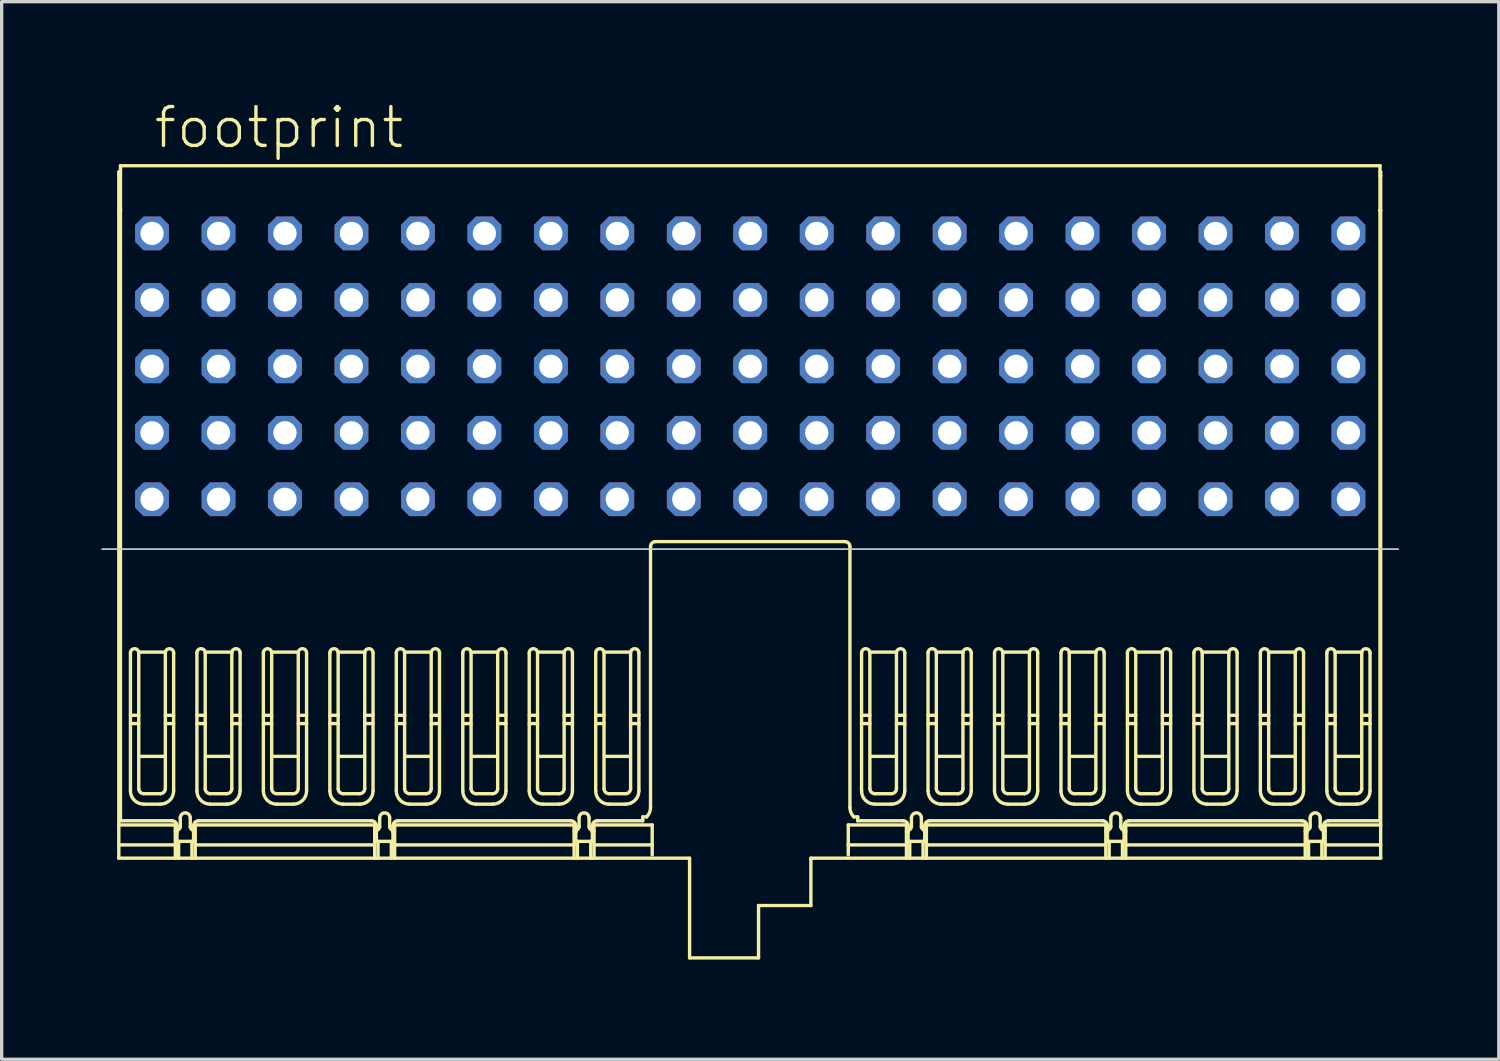
<source format=kicad_pcb>
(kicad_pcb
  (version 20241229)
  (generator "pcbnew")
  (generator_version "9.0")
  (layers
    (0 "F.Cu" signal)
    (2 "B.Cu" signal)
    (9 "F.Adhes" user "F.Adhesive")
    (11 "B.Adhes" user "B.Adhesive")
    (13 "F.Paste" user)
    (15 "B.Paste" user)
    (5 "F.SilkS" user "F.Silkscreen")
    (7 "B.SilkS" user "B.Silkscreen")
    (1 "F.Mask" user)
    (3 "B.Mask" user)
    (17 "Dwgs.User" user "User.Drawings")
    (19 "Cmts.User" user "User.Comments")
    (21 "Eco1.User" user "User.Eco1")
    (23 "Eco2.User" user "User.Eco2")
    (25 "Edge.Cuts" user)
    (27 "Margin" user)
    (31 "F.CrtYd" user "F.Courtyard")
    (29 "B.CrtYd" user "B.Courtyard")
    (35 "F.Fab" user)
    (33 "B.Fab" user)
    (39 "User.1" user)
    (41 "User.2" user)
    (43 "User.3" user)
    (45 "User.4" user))
  (footprint "footprint"
    (layer "F.Cu")
    (at 19.525 11.973)
    (property "Reference" "footprint" (at -18 -10.5 0) (layer "F.SilkS") (effects (font (size 1.168 1.168) (thickness 0.102)) (justify left bottom)))
    (fp_line (start -19 -9.85) (end -18.95 -9.85) (stroke (width 0.102) (type solid)) (layer "F.SilkS"))
    (fp_line (start -19 -9.736) (end -19 -9.85) (stroke (width 0.102) (type solid)) (layer "F.SilkS"))
    (fp_line (start -19 -9.736) (end -19 -8.686) (stroke (width 0.102) (type solid)) (layer "F.SilkS"))
    (fp_line (start -19 -8.686) (end -18.95 -8.686) (stroke (width 0.102) (type solid)) (layer "F.SilkS"))
    (fp_line (start -19 9.8) (end -17.3 9.8) (stroke (width 0.102) (type solid)) (layer "F.SilkS"))
    (fp_line (start -19 10.4) (end -17.3 10.4) (stroke (width 0.102) (type solid)) (layer "F.SilkS"))
    (fp_line (start -19 10.8) (end -19 -8.686) (stroke (width 0.102) (type solid)) (layer "F.SilkS"))
    (fp_line (start -18.95 -10.036) (end 18.95 -10.036) (stroke (width 0.102) (type solid)) (layer "F.SilkS"))
    (fp_line (start -18.95 -9.736) (end -19 -9.736) (stroke (width 0.102) (type solid)) (layer "F.SilkS"))
    (fp_line (start -18.95 -8.686) (end -18.95 -8.728) (stroke (width 0.102) (type solid)) (layer "F.SilkS"))
    (fp_line (start -18.95 9.674) (end -18.95 -10.036) (stroke (width 0.102) (type solid)) (layer "F.SilkS"))
    (fp_line (start -18.65 6.75) (end -18.4 6.75) (stroke (width 0.102) (type solid)) (layer "F.SilkS"))
    (fp_line (start -18.65 8.774) (end -18.65 4.622) (stroke (width 0.102) (type solid)) (layer "F.SilkS"))
    (fp_line (start -18.4 4.622) (end -18.4 8.709) (stroke (width 0.102) (type solid)) (layer "F.SilkS"))
    (fp_line (start -18.4 6.5) (end -18.65 6.5) (stroke (width 0.102) (type solid)) (layer "F.SilkS"))
    (fp_line (start -18.25 8.859) (end -17.75 8.859) (stroke (width 0.102) (type solid)) (layer "F.SilkS"))
    (fp_line (start -17.75 9.174) (end -18.25 9.174) (stroke (width 0.102) (type solid)) (layer "F.SilkS"))
    (fp_line (start -17.65 4.599) (end -18.35 4.599) (stroke (width 0.102) (type solid)) (layer "F.SilkS"))
    (fp_line (start -17.65 7.737) (end -18.35 7.737) (stroke (width 0.102) (type solid)) (layer "F.SilkS"))
    (fp_line (start -17.6 6.75) (end -17.35 6.75) (stroke (width 0.102) (type solid)) (layer "F.SilkS"))
    (fp_line (start -17.6 8.709) (end -17.6 4.622) (stroke (width 0.102) (type solid)) (layer "F.SilkS"))
    (fp_line (start -17.4 9.674) (end -18.95 9.674) (stroke (width 0.102) (type solid)) (layer "F.SilkS"))
    (fp_line (start -17.35 4.622) (end -17.35 8.774) (stroke (width 0.102) (type solid)) (layer "F.SilkS"))
    (fp_line (start -17.35 6.5) (end -17.6 6.5) (stroke (width 0.102) (type solid)) (layer "F.SilkS"))
    (fp_line (start -17.3 9.8) (end -17.3 10.8) (stroke (width 0.102) (type solid)) (layer "F.SilkS"))
    (fp_line (start -17.3 10) (end -17.25 10) (stroke (width 0.102) (type solid)) (layer "F.SilkS"))
    (fp_line (start -17.25 9.824) (end -17.25 10.294) (stroke (width 0.102) (type solid)) (layer "F.SilkS"))
    (fp_line (start -17.25 10.294) (end -16.75 10.294) (stroke (width 0.102) (type solid)) (layer "F.SilkS"))
    (fp_line (start -17.2 10.8) (end -17.2 10.294) (stroke (width 0.102) (type solid)) (layer "F.SilkS"))
    (fp_line (start -17.15 9.586) (end -17.15 9.849) (stroke (width 0.102) (type solid)) (layer "F.SilkS"))
    (fp_line (start -16.85 9.849) (end -16.85 9.586) (stroke (width 0.102) (type solid)) (layer "F.SilkS"))
    (fp_line (start -16.8 10.8) (end -16.8 10.294) (stroke (width 0.102) (type solid)) (layer "F.SilkS"))
    (fp_line (start -16.75 10) (end -16.7 10) (stroke (width 0.102) (type solid)) (layer "F.SilkS"))
    (fp_line (start -16.75 10.294) (end -16.75 9.824) (stroke (width 0.102) (type solid)) (layer "F.SilkS"))
    (fp_line (start -16.7 9.8) (end -11.3 9.8) (stroke (width 0.102) (type solid)) (layer "F.SilkS"))
    (fp_line (start -16.7 10.4) (end -11.3 10.4) (stroke (width 0.102) (type solid)) (layer "F.SilkS"))
    (fp_line (start -16.7 10.8) (end -16.7 9.8) (stroke (width 0.102) (type solid)) (layer "F.SilkS"))
    (fp_line (start -16.65 6.75) (end -16.4 6.75) (stroke (width 0.102) (type solid)) (layer "F.SilkS"))
    (fp_line (start -16.65 8.774) (end -16.65 4.622) (stroke (width 0.102) (type solid)) (layer "F.SilkS"))
    (fp_line (start -16.6 9.674) (end -11.4 9.674) (stroke (width 0.102) (type solid)) (layer "F.SilkS"))
    (fp_line (start -16.4 4.622) (end -16.4 8.709) (stroke (width 0.102) (type solid)) (layer "F.SilkS"))
    (fp_line (start -16.4 6.5) (end -16.65 6.5) (stroke (width 0.102) (type solid)) (layer "F.SilkS"))
    (fp_line (start -16.25 8.859) (end -15.75 8.859) (stroke (width 0.102) (type solid)) (layer "F.SilkS"))
    (fp_line (start -15.75 9.174) (end -16.25 9.174) (stroke (width 0.102) (type solid)) (layer "F.SilkS"))
    (fp_line (start -15.65 4.599) (end -16.35 4.599) (stroke (width 0.102) (type solid)) (layer "F.SilkS"))
    (fp_line (start -15.65 7.737) (end -16.35 7.737) (stroke (width 0.102) (type solid)) (layer "F.SilkS"))
    (fp_line (start -15.6 6.75) (end -15.35 6.75) (stroke (width 0.102) (type solid)) (layer "F.SilkS"))
    (fp_line (start -15.6 8.709) (end -15.6 4.622) (stroke (width 0.102) (type solid)) (layer "F.SilkS"))
    (fp_line (start -15.35 4.622) (end -15.35 8.774) (stroke (width 0.102) (type solid)) (layer "F.SilkS"))
    (fp_line (start -15.35 6.5) (end -15.6 6.5) (stroke (width 0.102) (type solid)) (layer "F.SilkS"))
    (fp_line (start -14.65 6.75) (end -14.4 6.75) (stroke (width 0.102) (type solid)) (layer "F.SilkS"))
    (fp_line (start -14.65 8.774) (end -14.65 4.622) (stroke (width 0.102) (type solid)) (layer "F.SilkS"))
    (fp_line (start -14.4 4.622) (end -14.4 8.709) (stroke (width 0.102) (type solid)) (layer "F.SilkS"))
    (fp_line (start -14.4 6.5) (end -14.65 6.5) (stroke (width 0.102) (type solid)) (layer "F.SilkS"))
    (fp_line (start -14.25 8.859) (end -13.75 8.859) (stroke (width 0.102) (type solid)) (layer "F.SilkS"))
    (fp_line (start -13.75 9.174) (end -14.25 9.174) (stroke (width 0.102) (type solid)) (layer "F.SilkS"))
    (fp_line (start -13.65 4.599) (end -14.35 4.599) (stroke (width 0.102) (type solid)) (layer "F.SilkS"))
    (fp_line (start -13.65 7.737) (end -14.35 7.737) (stroke (width 0.102) (type solid)) (layer "F.SilkS"))
    (fp_line (start -13.6 6.75) (end -13.35 6.75) (stroke (width 0.102) (type solid)) (layer "F.SilkS"))
    (fp_line (start -13.6 8.709) (end -13.6 4.622) (stroke (width 0.102) (type solid)) (layer "F.SilkS"))
    (fp_line (start -13.35 4.622) (end -13.35 8.774) (stroke (width 0.102) (type solid)) (layer "F.SilkS"))
    (fp_line (start -13.35 6.5) (end -13.6 6.5) (stroke (width 0.102) (type solid)) (layer "F.SilkS"))
    (fp_line (start -12.65 6.75) (end -12.4 6.75) (stroke (width 0.102) (type solid)) (layer "F.SilkS"))
    (fp_line (start -12.65 8.774) (end -12.65 4.622) (stroke (width 0.102) (type solid)) (layer "F.SilkS"))
    (fp_line (start -12.4 4.622) (end -12.4 8.709) (stroke (width 0.102) (type solid)) (layer "F.SilkS"))
    (fp_line (start -12.4 6.5) (end -12.65 6.5) (stroke (width 0.102) (type solid)) (layer "F.SilkS"))
    (fp_line (start -12.25 8.859) (end -11.75 8.859) (stroke (width 0.102) (type solid)) (layer "F.SilkS"))
    (fp_line (start -11.75 9.174) (end -12.25 9.174) (stroke (width 0.102) (type solid)) (layer "F.SilkS"))
    (fp_line (start -11.65 4.599) (end -12.35 4.599) (stroke (width 0.102) (type solid)) (layer "F.SilkS"))
    (fp_line (start -11.65 7.737) (end -12.35 7.737) (stroke (width 0.102) (type solid)) (layer "F.SilkS"))
    (fp_line (start -11.6 6.75) (end -11.35 6.75) (stroke (width 0.102) (type solid)) (layer "F.SilkS"))
    (fp_line (start -11.6 8.709) (end -11.6 4.622) (stroke (width 0.102) (type solid)) (layer "F.SilkS"))
    (fp_line (start -11.35 4.622) (end -11.35 8.774) (stroke (width 0.102) (type solid)) (layer "F.SilkS"))
    (fp_line (start -11.35 6.5) (end -11.6 6.5) (stroke (width 0.102) (type solid)) (layer "F.SilkS"))
    (fp_line (start -11.3 9.8) (end -11.3 10.8) (stroke (width 0.102) (type solid)) (layer "F.SilkS"))
    (fp_line (start -11.3 10) (end -11.25 10) (stroke (width 0.102) (type solid)) (layer "F.SilkS"))
    (fp_line (start -11.25 9.824) (end -11.25 10.294) (stroke (width 0.102) (type solid)) (layer "F.SilkS"))
    (fp_line (start -11.25 10.294) (end -10.75 10.294) (stroke (width 0.102) (type solid)) (layer "F.SilkS"))
    (fp_line (start -11.2 10.8) (end -11.2 10.294) (stroke (width 0.102) (type solid)) (layer "F.SilkS"))
    (fp_line (start -11.15 9.586) (end -11.15 9.849) (stroke (width 0.102) (type solid)) (layer "F.SilkS"))
    (fp_line (start -10.85 9.849) (end -10.85 9.586) (stroke (width 0.102) (type solid)) (layer "F.SilkS"))
    (fp_line (start -10.8 10.8) (end -10.8 10.294) (stroke (width 0.102) (type solid)) (layer "F.SilkS"))
    (fp_line (start -10.75 10) (end -10.7 10) (stroke (width 0.102) (type solid)) (layer "F.SilkS"))
    (fp_line (start -10.75 10.294) (end -10.75 9.824) (stroke (width 0.102) (type solid)) (layer "F.SilkS"))
    (fp_line (start -10.7 9.8) (end -5.3 9.8) (stroke (width 0.102) (type solid)) (layer "F.SilkS"))
    (fp_line (start -10.7 10.4) (end -5.3 10.4) (stroke (width 0.102) (type solid)) (layer "F.SilkS"))
    (fp_line (start -10.7 10.8) (end -10.7 9.8) (stroke (width 0.102) (type solid)) (layer "F.SilkS"))
    (fp_line (start -10.65 6.75) (end -10.4 6.75) (stroke (width 0.102) (type solid)) (layer "F.SilkS"))
    (fp_line (start -10.65 8.774) (end -10.65 4.622) (stroke (width 0.102) (type solid)) (layer "F.SilkS"))
    (fp_line (start -10.6 9.674) (end -5.4 9.674) (stroke (width 0.102) (type solid)) (layer "F.SilkS"))
    (fp_line (start -10.4 4.622) (end -10.4 8.709) (stroke (width 0.102) (type solid)) (layer "F.SilkS"))
    (fp_line (start -10.4 6.5) (end -10.65 6.5) (stroke (width 0.102) (type solid)) (layer "F.SilkS"))
    (fp_line (start -10.25 8.859) (end -9.75 8.859) (stroke (width 0.102) (type solid)) (layer "F.SilkS"))
    (fp_line (start -9.75 9.174) (end -10.25 9.174) (stroke (width 0.102) (type solid)) (layer "F.SilkS"))
    (fp_line (start -9.65 4.599) (end -10.35 4.599) (stroke (width 0.102) (type solid)) (layer "F.SilkS"))
    (fp_line (start -9.65 7.737) (end -10.35 7.737) (stroke (width 0.102) (type solid)) (layer "F.SilkS"))
    (fp_line (start -9.6 6.75) (end -9.35 6.75) (stroke (width 0.102) (type solid)) (layer "F.SilkS"))
    (fp_line (start -9.6 8.709) (end -9.6 4.622) (stroke (width 0.102) (type solid)) (layer "F.SilkS"))
    (fp_line (start -9.35 4.622) (end -9.35 8.774) (stroke (width 0.102) (type solid)) (layer "F.SilkS"))
    (fp_line (start -9.35 6.5) (end -9.6 6.5) (stroke (width 0.102) (type solid)) (layer "F.SilkS"))
    (fp_line (start -8.65 6.75) (end -8.4 6.75) (stroke (width 0.102) (type solid)) (layer "F.SilkS"))
    (fp_line (start -8.65 8.774) (end -8.65 4.622) (stroke (width 0.102) (type solid)) (layer "F.SilkS"))
    (fp_line (start -8.4 4.622) (end -8.4 8.709) (stroke (width 0.102) (type solid)) (layer "F.SilkS"))
    (fp_line (start -8.4 6.5) (end -8.65 6.5) (stroke (width 0.102) (type solid)) (layer "F.SilkS"))
    (fp_line (start -8.25 8.859) (end -7.75 8.859) (stroke (width 0.102) (type solid)) (layer "F.SilkS"))
    (fp_line (start -7.75 9.174) (end -8.25 9.174) (stroke (width 0.102) (type solid)) (layer "F.SilkS"))
    (fp_line (start -7.65 4.599) (end -8.35 4.599) (stroke (width 0.102) (type solid)) (layer "F.SilkS"))
    (fp_line (start -7.65 7.737) (end -8.35 7.737) (stroke (width 0.102) (type solid)) (layer "F.SilkS"))
    (fp_line (start -7.6 6.75) (end -7.35 6.75) (stroke (width 0.102) (type solid)) (layer "F.SilkS"))
    (fp_line (start -7.6 8.709) (end -7.6 4.622) (stroke (width 0.102) (type solid)) (layer "F.SilkS"))
    (fp_line (start -7.35 4.622) (end -7.35 8.774) (stroke (width 0.102) (type solid)) (layer "F.SilkS"))
    (fp_line (start -7.35 6.5) (end -7.6 6.5) (stroke (width 0.102) (type solid)) (layer "F.SilkS"))
    (fp_line (start -6.65 6.75) (end -6.4 6.75) (stroke (width 0.102) (type solid)) (layer "F.SilkS"))
    (fp_line (start -6.65 8.774) (end -6.65 4.622) (stroke (width 0.102) (type solid)) (layer "F.SilkS"))
    (fp_line (start -6.4 4.622) (end -6.4 8.709) (stroke (width 0.102) (type solid)) (layer "F.SilkS"))
    (fp_line (start -6.4 6.5) (end -6.65 6.5) (stroke (width 0.102) (type solid)) (layer "F.SilkS"))
    (fp_line (start -6.25 8.859) (end -5.75 8.859) (stroke (width 0.102) (type solid)) (layer "F.SilkS"))
    (fp_line (start -5.75 9.174) (end -6.25 9.174) (stroke (width 0.102) (type solid)) (layer "F.SilkS"))
    (fp_line (start -5.65 4.599) (end -6.35 4.599) (stroke (width 0.102) (type solid)) (layer "F.SilkS"))
    (fp_line (start -5.65 7.737) (end -6.35 7.737) (stroke (width 0.102) (type solid)) (layer "F.SilkS"))
    (fp_line (start -5.6 6.75) (end -5.35 6.75) (stroke (width 0.102) (type solid)) (layer "F.SilkS"))
    (fp_line (start -5.6 8.709) (end -5.6 4.622) (stroke (width 0.102) (type solid)) (layer "F.SilkS"))
    (fp_line (start -5.35 4.622) (end -5.35 8.774) (stroke (width 0.102) (type solid)) (layer "F.SilkS"))
    (fp_line (start -5.35 6.5) (end -5.6 6.5) (stroke (width 0.102) (type solid)) (layer "F.SilkS"))
    (fp_line (start -5.3 9.8) (end -5.3 10.8) (stroke (width 0.102) (type solid)) (layer "F.SilkS"))
    (fp_line (start -5.25 9.824) (end -5.25 10.294) (stroke (width 0.102) (type solid)) (layer "F.SilkS"))
    (fp_line (start -5.25 10) (end -5.3 10) (stroke (width 0.102) (type solid)) (layer "F.SilkS"))
    (fp_line (start -5.25 10.294) (end -4.75 10.294) (stroke (width 0.102) (type solid)) (layer "F.SilkS"))
    (fp_line (start -5.2 10.8) (end -5.2 10.294) (stroke (width 0.102) (type solid)) (layer "F.SilkS"))
    (fp_line (start -5.15 9.586) (end -5.15 9.849) (stroke (width 0.102) (type solid)) (layer "F.SilkS"))
    (fp_line (start -4.85 9.849) (end -4.85 9.586) (stroke (width 0.102) (type solid)) (layer "F.SilkS"))
    (fp_line (start -4.8 10.8) (end -4.8 10.294) (stroke (width 0.102) (type solid)) (layer "F.SilkS"))
    (fp_line (start -4.75 10.294) (end -4.75 9.824) (stroke (width 0.102) (type solid)) (layer "F.SilkS"))
    (fp_line (start -4.7 9.8) (end -4.7 10.8) (stroke (width 0.102) (type solid)) (layer "F.SilkS"))
    (fp_line (start -4.7 10) (end -4.75 10) (stroke (width 0.102) (type solid)) (layer "F.SilkS"))
    (fp_line (start -4.7 10.4) (end -2.95 10.4) (stroke (width 0.102) (type solid)) (layer "F.SilkS"))
    (fp_line (start -4.65 6.5) (end -4.4 6.5) (stroke (width 0.102) (type solid)) (layer "F.SilkS"))
    (fp_line (start -4.65 8.774) (end -4.65 4.622) (stroke (width 0.102) (type solid)) (layer "F.SilkS"))
    (fp_line (start -4.6 9.674) (end -3.234 9.674) (stroke (width 0.102) (type solid)) (layer "F.SilkS"))
    (fp_line (start -4.4 4.622) (end -4.4 8.709) (stroke (width 0.102) (type solid)) (layer "F.SilkS"))
    (fp_line (start -4.4 6.75) (end -4.65 6.75) (stroke (width 0.102) (type solid)) (layer "F.SilkS"))
    (fp_line (start -4.25 8.859) (end -3.75 8.859) (stroke (width 0.102) (type solid)) (layer "F.SilkS"))
    (fp_line (start -3.75 9.174) (end -4.25 9.174) (stroke (width 0.102) (type solid)) (layer "F.SilkS"))
    (fp_line (start -3.65 4.599) (end -4.35 4.599) (stroke (width 0.102) (type solid)) (layer "F.SilkS"))
    (fp_line (start -3.65 7.737) (end -4.35 7.737) (stroke (width 0.102) (type solid)) (layer "F.SilkS"))
    (fp_line (start -3.6 6.5) (end -3.35 6.5) (stroke (width 0.102) (type solid)) (layer "F.SilkS"))
    (fp_line (start -3.6 8.709) (end -3.6 4.622) (stroke (width 0.102) (type solid)) (layer "F.SilkS"))
    (fp_line (start -3.35 4.622) (end -3.35 8.774) (stroke (width 0.102) (type solid)) (layer "F.SilkS"))
    (fp_line (start -3.35 6.75) (end -3.6 6.75) (stroke (width 0.102) (type solid)) (layer "F.SilkS"))
    (fp_line (start -3.234 9.557) (end -3.234 9.674) (stroke (width 0.102) (type solid)) (layer "F.SilkS"))
    (fp_line (start -3.117 9.557) (end -3.234 9.557) (stroke (width 0.102) (type solid)) (layer "F.SilkS"))
    (fp_line (start -3 9.274) (end -3 1.424) (stroke (width 0.102) (type solid)) (layer "F.SilkS"))
    (fp_line (start -2.95 9.8) (end -4.7 9.8) (stroke (width 0.102) (type solid)) (layer "F.SilkS"))
    (fp_line (start -2.95 10.4) (end -2.95 9.8) (stroke (width 0.102) (type solid)) (layer "F.SilkS"))
    (fp_line (start -2.95 10.4) (end -2.95 10.7) (stroke (width 0.102) (type solid)) (layer "F.SilkS"))
    (fp_line (start -2.85 1.274) (end 2.85 1.274) (stroke (width 0.102) (type solid)) (layer "F.SilkS"))
    (fp_line (start -1.825 10.8) (end -19 10.8) (stroke (width 0.102) (type solid)) (layer "F.SilkS"))
    (fp_line (start -1.825 13.8) (end -1.825 10.8) (stroke (width 0.102) (type solid)) (layer "F.SilkS"))
    (fp_line (start 0.25 12.225) (end 0.25 13.8) (stroke (width 0.102) (type solid)) (layer "F.SilkS"))
    (fp_line (start 0.25 13.8) (end -1.825 13.8) (stroke (width 0.102) (type solid)) (layer "F.SilkS"))
    (fp_line (start 1.825 10.8) (end 1.825 12.225) (stroke (width 0.102) (type solid)) (layer "F.SilkS"))
    (fp_line (start 1.825 12.225) (end 0.25 12.225) (stroke (width 0.102) (type solid)) (layer "F.SilkS"))
    (fp_line (start 2.95 9.8) (end 2.95 10.4) (stroke (width 0.102) (type solid)) (layer "F.SilkS"))
    (fp_line (start 2.95 10.4) (end 2.95 10.7) (stroke (width 0.102) (type solid)) (layer "F.SilkS"))
    (fp_line (start 2.95 10.4) (end 4.7 10.4) (stroke (width 0.102) (type solid)) (layer "F.SilkS"))
    (fp_line (start 3 9.274) (end 3 1.424) (stroke (width 0.102) (type solid)) (layer "F.SilkS"))
    (fp_line (start 3.117 9.557) (end 3.234 9.557) (stroke (width 0.102) (type solid)) (layer "F.SilkS"))
    (fp_line (start 3.234 9.557) (end 3.234 9.674) (stroke (width 0.102) (type solid)) (layer "F.SilkS"))
    (fp_line (start 3.35 6.5) (end 3.6 6.5) (stroke (width 0.102) (type solid)) (layer "F.SilkS"))
    (fp_line (start 3.35 8.774) (end 3.35 4.622) (stroke (width 0.102) (type solid)) (layer "F.SilkS"))
    (fp_line (start 3.6 4.622) (end 3.6 8.709) (stroke (width 0.102) (type solid)) (layer "F.SilkS"))
    (fp_line (start 3.6 6.75) (end 3.35 6.75) (stroke (width 0.102) (type solid)) (layer "F.SilkS"))
    (fp_line (start 3.75 8.859) (end 4.25 8.859) (stroke (width 0.102) (type solid)) (layer "F.SilkS"))
    (fp_line (start 4.25 9.174) (end 3.75 9.174) (stroke (width 0.102) (type solid)) (layer "F.SilkS"))
    (fp_line (start 4.35 4.599) (end 3.65 4.599) (stroke (width 0.102) (type solid)) (layer "F.SilkS"))
    (fp_line (start 4.35 7.737) (end 3.65 7.737) (stroke (width 0.102) (type solid)) (layer "F.SilkS"))
    (fp_line (start 4.4 6.5) (end 4.65 6.5) (stroke (width 0.102) (type solid)) (layer "F.SilkS"))
    (fp_line (start 4.4 8.709) (end 4.4 4.622) (stroke (width 0.102) (type solid)) (layer "F.SilkS"))
    (fp_line (start 4.6 9.674) (end 3.234 9.674) (stroke (width 0.102) (type solid)) (layer "F.SilkS"))
    (fp_line (start 4.65 4.622) (end 4.65 8.774) (stroke (width 0.102) (type solid)) (layer "F.SilkS"))
    (fp_line (start 4.65 6.75) (end 4.4 6.75) (stroke (width 0.102) (type solid)) (layer "F.SilkS"))
    (fp_line (start 4.7 9.8) (end 2.95 9.8) (stroke (width 0.102) (type solid)) (layer "F.SilkS"))
    (fp_line (start 4.7 10.8) (end 4.7 9.8) (stroke (width 0.102) (type solid)) (layer "F.SilkS"))
    (fp_line (start 4.75 9.824) (end 4.75 10.294) (stroke (width 0.102) (type solid)) (layer "F.SilkS"))
    (fp_line (start 4.75 10) (end 4.7 10) (stroke (width 0.102) (type solid)) (layer "F.SilkS"))
    (fp_line (start 4.75 10.294) (end 5.25 10.294) (stroke (width 0.102) (type solid)) (layer "F.SilkS"))
    (fp_line (start 4.8 10.8) (end 4.8 10.294) (stroke (width 0.102) (type solid)) (layer "F.SilkS"))
    (fp_line (start 4.85 9.586) (end 4.85 9.849) (stroke (width 0.102) (type solid)) (layer "F.SilkS"))
    (fp_line (start 5.15 9.849) (end 5.15 9.586) (stroke (width 0.102) (type solid)) (layer "F.SilkS"))
    (fp_line (start 5.2 10.8) (end 5.2 10.294) (stroke (width 0.102) (type solid)) (layer "F.SilkS"))
    (fp_line (start 5.25 10.294) (end 5.25 9.824) (stroke (width 0.102) (type solid)) (layer "F.SilkS"))
    (fp_line (start 5.3 9.8) (end 5.3 10.8) (stroke (width 0.102) (type solid)) (layer "F.SilkS"))
    (fp_line (start 5.3 10) (end 5.25 10) (stroke (width 0.102) (type solid)) (layer "F.SilkS"))
    (fp_line (start 5.35 6.5) (end 5.6 6.5) (stroke (width 0.102) (type solid)) (layer "F.SilkS"))
    (fp_line (start 5.35 8.774) (end 5.35 4.622) (stroke (width 0.102) (type solid)) (layer "F.SilkS"))
    (fp_line (start 5.4 9.674) (end 10.6 9.674) (stroke (width 0.102) (type solid)) (layer "F.SilkS"))
    (fp_line (start 5.6 4.622) (end 5.6 8.709) (stroke (width 0.102) (type solid)) (layer "F.SilkS"))
    (fp_line (start 5.6 6.75) (end 5.35 6.75) (stroke (width 0.102) (type solid)) (layer "F.SilkS"))
    (fp_line (start 5.75 8.859) (end 6.25 8.859) (stroke (width 0.102) (type solid)) (layer "F.SilkS"))
    (fp_line (start 6.25 9.174) (end 5.75 9.174) (stroke (width 0.102) (type solid)) (layer "F.SilkS"))
    (fp_line (start 6.35 4.599) (end 5.65 4.599) (stroke (width 0.102) (type solid)) (layer "F.SilkS"))
    (fp_line (start 6.35 7.737) (end 5.65 7.737) (stroke (width 0.102) (type solid)) (layer "F.SilkS"))
    (fp_line (start 6.4 6.5) (end 6.65 6.5) (stroke (width 0.102) (type solid)) (layer "F.SilkS"))
    (fp_line (start 6.4 8.709) (end 6.4 4.622) (stroke (width 0.102) (type solid)) (layer "F.SilkS"))
    (fp_line (start 6.65 4.622) (end 6.65 8.774) (stroke (width 0.102) (type solid)) (layer "F.SilkS"))
    (fp_line (start 6.65 6.75) (end 6.4 6.75) (stroke (width 0.102) (type solid)) (layer "F.SilkS"))
    (fp_line (start 7.35 6.5) (end 7.6 6.5) (stroke (width 0.102) (type solid)) (layer "F.SilkS"))
    (fp_line (start 7.35 8.774) (end 7.35 4.622) (stroke (width 0.102) (type solid)) (layer "F.SilkS"))
    (fp_line (start 7.6 4.622) (end 7.6 8.709) (stroke (width 0.102) (type solid)) (layer "F.SilkS"))
    (fp_line (start 7.6 6.75) (end 7.35 6.75) (stroke (width 0.102) (type solid)) (layer "F.SilkS"))
    (fp_line (start 7.75 8.859) (end 8.25 8.859) (stroke (width 0.102) (type solid)) (layer "F.SilkS"))
    (fp_line (start 8.25 9.174) (end 7.75 9.174) (stroke (width 0.102) (type solid)) (layer "F.SilkS"))
    (fp_line (start 8.35 4.599) (end 7.65 4.599) (stroke (width 0.102) (type solid)) (layer "F.SilkS"))
    (fp_line (start 8.35 7.737) (end 7.65 7.737) (stroke (width 0.102) (type solid)) (layer "F.SilkS"))
    (fp_line (start 8.4 6.5) (end 8.65 6.5) (stroke (width 0.102) (type solid)) (layer "F.SilkS"))
    (fp_line (start 8.4 8.709) (end 8.4 4.622) (stroke (width 0.102) (type solid)) (layer "F.SilkS"))
    (fp_line (start 8.65 4.622) (end 8.65 8.774) (stroke (width 0.102) (type solid)) (layer "F.SilkS"))
    (fp_line (start 8.65 6.75) (end 8.4 6.75) (stroke (width 0.102) (type solid)) (layer "F.SilkS"))
    (fp_line (start 9.35 6.5) (end 9.6 6.5) (stroke (width 0.102) (type solid)) (layer "F.SilkS"))
    (fp_line (start 9.35 8.774) (end 9.35 4.622) (stroke (width 0.102) (type solid)) (layer "F.SilkS"))
    (fp_line (start 9.6 4.622) (end 9.6 8.709) (stroke (width 0.102) (type solid)) (layer "F.SilkS"))
    (fp_line (start 9.6 6.75) (end 9.35 6.75) (stroke (width 0.102) (type solid)) (layer "F.SilkS"))
    (fp_line (start 9.75 8.859) (end 10.25 8.859) (stroke (width 0.102) (type solid)) (layer "F.SilkS"))
    (fp_line (start 10.25 9.174) (end 9.75 9.174) (stroke (width 0.102) (type solid)) (layer "F.SilkS"))
    (fp_line (start 10.35 4.599) (end 9.65 4.599) (stroke (width 0.102) (type solid)) (layer "F.SilkS"))
    (fp_line (start 10.35 7.737) (end 9.65 7.737) (stroke (width 0.102) (type solid)) (layer "F.SilkS"))
    (fp_line (start 10.4 6.5) (end 10.65 6.5) (stroke (width 0.102) (type solid)) (layer "F.SilkS"))
    (fp_line (start 10.4 8.709) (end 10.4 4.622) (stroke (width 0.102) (type solid)) (layer "F.SilkS"))
    (fp_line (start 10.65 4.622) (end 10.65 8.774) (stroke (width 0.102) (type solid)) (layer "F.SilkS"))
    (fp_line (start 10.65 6.75) (end 10.4 6.75) (stroke (width 0.102) (type solid)) (layer "F.SilkS"))
    (fp_line (start 10.7 9.8) (end 5.3 9.8) (stroke (width 0.102) (type solid)) (layer "F.SilkS"))
    (fp_line (start 10.7 10.4) (end 5.3 10.4) (stroke (width 0.102) (type solid)) (layer "F.SilkS"))
    (fp_line (start 10.7 10.8) (end 10.7 9.8) (stroke (width 0.102) (type solid)) (layer "F.SilkS"))
    (fp_line (start 10.75 9.824) (end 10.75 10.294) (stroke (width 0.102) (type solid)) (layer "F.SilkS"))
    (fp_line (start 10.75 10) (end 10.7 10) (stroke (width 0.102) (type solid)) (layer "F.SilkS"))
    (fp_line (start 10.75 10.294) (end 11.25 10.294) (stroke (width 0.102) (type solid)) (layer "F.SilkS"))
    (fp_line (start 10.8 10.8) (end 10.8 10.294) (stroke (width 0.102) (type solid)) (layer "F.SilkS"))
    (fp_line (start 10.85 9.586) (end 10.85 9.849) (stroke (width 0.102) (type solid)) (layer "F.SilkS"))
    (fp_line (start 11.15 9.849) (end 11.15 9.586) (stroke (width 0.102) (type solid)) (layer "F.SilkS"))
    (fp_line (start 11.2 10.8) (end 11.2 10.294) (stroke (width 0.102) (type solid)) (layer "F.SilkS"))
    (fp_line (start 11.25 10.294) (end 11.25 9.824) (stroke (width 0.102) (type solid)) (layer "F.SilkS"))
    (fp_line (start 11.3 9.8) (end 11.3 10.8) (stroke (width 0.102) (type solid)) (layer "F.SilkS"))
    (fp_line (start 11.3 10) (end 11.25 10) (stroke (width 0.102) (type solid)) (layer "F.SilkS"))
    (fp_line (start 11.35 6.5) (end 11.6 6.5) (stroke (width 0.102) (type solid)) (layer "F.SilkS"))
    (fp_line (start 11.35 8.774) (end 11.35 4.622) (stroke (width 0.102) (type solid)) (layer "F.SilkS"))
    (fp_line (start 11.4 9.674) (end 16.6 9.674) (stroke (width 0.102) (type solid)) (layer "F.SilkS"))
    (fp_line (start 11.6 4.622) (end 11.6 8.709) (stroke (width 0.102) (type solid)) (layer "F.SilkS"))
    (fp_line (start 11.6 6.75) (end 11.35 6.75) (stroke (width 0.102) (type solid)) (layer "F.SilkS"))
    (fp_line (start 11.75 8.859) (end 12.25 8.859) (stroke (width 0.102) (type solid)) (layer "F.SilkS"))
    (fp_line (start 12.25 9.174) (end 11.75 9.174) (stroke (width 0.102) (type solid)) (layer "F.SilkS"))
    (fp_line (start 12.35 4.599) (end 11.65 4.599) (stroke (width 0.102) (type solid)) (layer "F.SilkS"))
    (fp_line (start 12.35 7.737) (end 11.65 7.737) (stroke (width 0.102) (type solid)) (layer "F.SilkS"))
    (fp_line (start 12.4 6.5) (end 12.65 6.5) (stroke (width 0.102) (type solid)) (layer "F.SilkS"))
    (fp_line (start 12.4 8.709) (end 12.4 4.622) (stroke (width 0.102) (type solid)) (layer "F.SilkS"))
    (fp_line (start 12.65 4.622) (end 12.65 8.774) (stroke (width 0.102) (type solid)) (layer "F.SilkS"))
    (fp_line (start 12.65 6.75) (end 12.4 6.75) (stroke (width 0.102) (type solid)) (layer "F.SilkS"))
    (fp_line (start 13.35 6.5) (end 13.6 6.5) (stroke (width 0.102) (type solid)) (layer "F.SilkS"))
    (fp_line (start 13.35 8.774) (end 13.35 4.622) (stroke (width 0.102) (type solid)) (layer "F.SilkS"))
    (fp_line (start 13.6 4.622) (end 13.6 8.709) (stroke (width 0.102) (type solid)) (layer "F.SilkS"))
    (fp_line (start 13.6 6.75) (end 13.35 6.75) (stroke (width 0.102) (type solid)) (layer "F.SilkS"))
    (fp_line (start 13.75 8.859) (end 14.25 8.859) (stroke (width 0.102) (type solid)) (layer "F.SilkS"))
    (fp_line (start 14.25 9.174) (end 13.75 9.174) (stroke (width 0.102) (type solid)) (layer "F.SilkS"))
    (fp_line (start 14.35 4.599) (end 13.65 4.599) (stroke (width 0.102) (type solid)) (layer "F.SilkS"))
    (fp_line (start 14.35 7.737) (end 13.65 7.737) (stroke (width 0.102) (type solid)) (layer "F.SilkS"))
    (fp_line (start 14.4 6.5) (end 14.65 6.5) (stroke (width 0.102) (type solid)) (layer "F.SilkS"))
    (fp_line (start 14.4 8.709) (end 14.4 4.622) (stroke (width 0.102) (type solid)) (layer "F.SilkS"))
    (fp_line (start 14.65 4.622) (end 14.65 8.774) (stroke (width 0.102) (type solid)) (layer "F.SilkS"))
    (fp_line (start 14.65 6.75) (end 14.4 6.75) (stroke (width 0.102) (type solid)) (layer "F.SilkS"))
    (fp_line (start 15.35 6.5) (end 15.6 6.5) (stroke (width 0.102) (type solid)) (layer "F.SilkS"))
    (fp_line (start 15.35 8.774) (end 15.35 4.622) (stroke (width 0.102) (type solid)) (layer "F.SilkS"))
    (fp_line (start 15.6 4.622) (end 15.6 8.709) (stroke (width 0.102) (type solid)) (layer "F.SilkS"))
    (fp_line (start 15.6 6.75) (end 15.35 6.75) (stroke (width 0.102) (type solid)) (layer "F.SilkS"))
    (fp_line (start 15.75 8.859) (end 16.25 8.859) (stroke (width 0.102) (type solid)) (layer "F.SilkS"))
    (fp_line (start 16.25 9.174) (end 15.75 9.174) (stroke (width 0.102) (type solid)) (layer "F.SilkS"))
    (fp_line (start 16.35 4.599) (end 15.65 4.599) (stroke (width 0.102) (type solid)) (layer "F.SilkS"))
    (fp_line (start 16.35 7.737) (end 15.65 7.737) (stroke (width 0.102) (type solid)) (layer "F.SilkS"))
    (fp_line (start 16.4 6.5) (end 16.65 6.5) (stroke (width 0.102) (type solid)) (layer "F.SilkS"))
    (fp_line (start 16.4 8.709) (end 16.4 4.622) (stroke (width 0.102) (type solid)) (layer "F.SilkS"))
    (fp_line (start 16.65 4.622) (end 16.65 8.774) (stroke (width 0.102) (type solid)) (layer "F.SilkS"))
    (fp_line (start 16.65 6.75) (end 16.4 6.75) (stroke (width 0.102) (type solid)) (layer "F.SilkS"))
    (fp_line (start 16.7 9.8) (end 11.3 9.8) (stroke (width 0.102) (type solid)) (layer "F.SilkS"))
    (fp_line (start 16.7 10.4) (end 11.3 10.4) (stroke (width 0.102) (type solid)) (layer "F.SilkS"))
    (fp_line (start 16.7 10.8) (end 16.7 9.8) (stroke (width 0.102) (type solid)) (layer "F.SilkS"))
    (fp_line (start 16.75 9.824) (end 16.75 10.294) (stroke (width 0.102) (type solid)) (layer "F.SilkS"))
    (fp_line (start 16.75 10) (end 16.7 10) (stroke (width 0.102) (type solid)) (layer "F.SilkS"))
    (fp_line (start 16.75 10.294) (end 17.25 10.294) (stroke (width 0.102) (type solid)) (layer "F.SilkS"))
    (fp_line (start 16.8 10.8) (end 16.8 10.294) (stroke (width 0.102) (type solid)) (layer "F.SilkS"))
    (fp_line (start 16.85 9.586) (end 16.85 9.849) (stroke (width 0.102) (type solid)) (layer "F.SilkS"))
    (fp_line (start 17.15 9.849) (end 17.15 9.586) (stroke (width 0.102) (type solid)) (layer "F.SilkS"))
    (fp_line (start 17.2 10.8) (end 17.2 10.294) (stroke (width 0.102) (type solid)) (layer "F.SilkS"))
    (fp_line (start 17.25 10.294) (end 17.25 9.824) (stroke (width 0.102) (type solid)) (layer "F.SilkS"))
    (fp_line (start 17.3 9.8) (end 18.97 9.8) (stroke (width 0.102) (type solid)) (layer "F.SilkS"))
    (fp_line (start 17.3 10) (end 17.25 10) (stroke (width 0.102) (type solid)) (layer "F.SilkS"))
    (fp_line (start 17.3 10.8) (end 17.3 9.8) (stroke (width 0.102) (type solid)) (layer "F.SilkS"))
    (fp_line (start 17.35 6.5) (end 17.6 6.5) (stroke (width 0.102) (type solid)) (layer "F.SilkS"))
    (fp_line (start 17.35 8.774) (end 17.35 4.622) (stroke (width 0.102) (type solid)) (layer "F.SilkS"))
    (fp_line (start 17.4 9.674) (end 18.95 9.674) (stroke (width 0.102) (type solid)) (layer "F.SilkS"))
    (fp_line (start 17.6 4.622) (end 17.6 8.709) (stroke (width 0.102) (type solid)) (layer "F.SilkS"))
    (fp_line (start 17.6 6.75) (end 17.35 6.75) (stroke (width 0.102) (type solid)) (layer "F.SilkS"))
    (fp_line (start 17.75 8.859) (end 18.25 8.859) (stroke (width 0.102) (type solid)) (layer "F.SilkS"))
    (fp_line (start 18.25 9.174) (end 17.75 9.174) (stroke (width 0.102) (type solid)) (layer "F.SilkS"))
    (fp_line (start 18.35 4.599) (end 17.65 4.599) (stroke (width 0.102) (type solid)) (layer "F.SilkS"))
    (fp_line (start 18.35 7.737) (end 17.65 7.737) (stroke (width 0.102) (type solid)) (layer "F.SilkS"))
    (fp_line (start 18.4 6.5) (end 18.65 6.5) (stroke (width 0.102) (type solid)) (layer "F.SilkS"))
    (fp_line (start 18.4 8.709) (end 18.4 4.622) (stroke (width 0.102) (type solid)) (layer "F.SilkS"))
    (fp_line (start 18.65 4.622) (end 18.65 8.774) (stroke (width 0.102) (type solid)) (layer "F.SilkS"))
    (fp_line (start 18.65 6.75) (end 18.4 6.75) (stroke (width 0.102) (type solid)) (layer "F.SilkS"))
    (fp_line (start 18.95 -9.85) (end 18.97 -9.85) (stroke (width 0.102) (type solid)) (layer "F.SilkS"))
    (fp_line (start 18.95 -8.686) (end 18.95 -8.704) (stroke (width 0.102) (type solid)) (layer "F.SilkS"))
    (fp_line (start 18.95 9.674) (end 18.95 -10.036) (stroke (width 0.102) (type solid)) (layer "F.SilkS"))
    (fp_line (start 18.97 -9.85) (end 18.97 -9.736) (stroke (width 0.102) (type solid)) (layer "F.SilkS"))
    (fp_line (start 18.97 -9.736) (end 18.95 -9.736) (stroke (width 0.102) (type solid)) (layer "F.SilkS"))
    (fp_line (start 18.97 -9.736) (end 18.97 -8.686) (stroke (width 0.102) (type solid)) (layer "F.SilkS"))
    (fp_line (start 18.97 -8.686) (end 18.95 -8.686) (stroke (width 0.102) (type solid)) (layer "F.SilkS"))
    (fp_line (start 18.97 -8.686) (end 18.97 10.8) (stroke (width 0.102) (type solid)) (layer "F.SilkS"))
    (fp_line (start 18.97 10.4) (end 17.3 10.4) (stroke (width 0.102) (type solid)) (layer "F.SilkS"))
    (fp_line (start 18.97 10.8) (end 1.825 10.8) (stroke (width 0.102) (type solid)) (layer "F.SilkS"))
    (fp_arc (start -18.65 4.6216) (mid -18.525 4.4966) (end -18.4 4.6216) (stroke (width 0.1016) (type solid)) (layer "F.SilkS"))
    (fp_arc (start -18.25 8.8586) (mid -18.356066 8.814666) (end -18.4 8.7086) (stroke (width 0.1016) (type solid)) (layer "F.SilkS"))
    (fp_arc (start -18.25 9.1743) (mid -18.532843 9.057143) (end -18.65 8.7743) (stroke (width 0.1016) (type solid)) (layer "F.SilkS"))
    (fp_arc (start -17.6 4.6216) (mid -17.475 4.4966) (end -17.35 4.6216) (stroke (width 0.1016) (type solid)) (layer "F.SilkS"))
    (fp_arc (start -17.6 8.7086) (mid -17.643934 8.814666) (end -17.75 8.8586) (stroke (width 0.1016) (type solid)) (layer "F.SilkS"))
    (fp_arc (start -17.4 9.6743) (mid -17.293934 9.718234) (end -17.25 9.8243) (stroke (width 0.1016) (type solid)) (layer "F.SilkS"))
    (fp_arc (start -17.35 8.7743) (mid -17.467157 9.057143) (end -17.75 9.1743) (stroke (width 0.1016) (type solid)) (layer "F.SilkS"))
    (fp_arc (start -17.249999 10.021801) (mid -17.236602 9.971802) (end -17.2 9.9352) (stroke (width 0.1016) (type solid)) (layer "F.SilkS"))
    (fp_arc (start -17.15 9.5864) (mid -17 9.4364) (end -16.85 9.5864) (stroke (width 0.1016) (type solid)) (layer "F.SilkS"))
    (fp_arc (start -17.15 9.8486) (mid -17.163398 9.898598) (end -17.2 9.9352) (stroke (width 0.1016) (type solid)) (layer "F.SilkS"))
    (fp_arc (start -16.8 9.9352) (mid -16.763398 9.971801) (end -16.75 10.0218) (stroke (width 0.1016) (type solid)) (layer "F.SilkS"))
    (fp_arc (start -16.799999 9.935201) (mid -16.836602 9.898599) (end -16.85 9.8486) (stroke (width 0.1016) (type solid)) (layer "F.SilkS"))
    (fp_arc (start -16.75 9.8243) (mid -16.706066 9.718234) (end -16.6 9.6743) (stroke (width 0.1016) (type solid)) (layer "F.SilkS"))
    (fp_arc (start -16.65 4.6216) (mid -16.525 4.4966) (end -16.4 4.6216) (stroke (width 0.1016) (type solid)) (layer "F.SilkS"))
    (fp_arc (start -16.25 8.8586) (mid -16.356066 8.814666) (end -16.4 8.7086) (stroke (width 0.1016) (type solid)) (layer "F.SilkS"))
    (fp_arc (start -16.25 9.1743) (mid -16.532843 9.057143) (end -16.65 8.7743) (stroke (width 0.1016) (type solid)) (layer "F.SilkS"))
    (fp_arc (start -15.6 4.6216) (mid -15.475 4.4966) (end -15.35 4.6216) (stroke (width 0.1016) (type solid)) (layer "F.SilkS"))
    (fp_arc (start -15.6 8.7086) (mid -15.643934 8.814666) (end -15.75 8.8586) (stroke (width 0.1016) (type solid)) (layer "F.SilkS"))
    (fp_arc (start -15.35 8.7743) (mid -15.467157 9.057143) (end -15.75 9.1743) (stroke (width 0.1016) (type solid)) (layer "F.SilkS"))
    (fp_arc (start -14.65 4.6216) (mid -14.525 4.4966) (end -14.4 4.6216) (stroke (width 0.1016) (type solid)) (layer "F.SilkS"))
    (fp_arc (start -14.25 8.8586) (mid -14.356066 8.814666) (end -14.4 8.7086) (stroke (width 0.1016) (type solid)) (layer "F.SilkS"))
    (fp_arc (start -14.25 9.1743) (mid -14.532843 9.057143) (end -14.65 8.7743) (stroke (width 0.1016) (type solid)) (layer "F.SilkS"))
    (fp_arc (start -13.6 4.6216) (mid -13.475 4.4966) (end -13.35 4.6216) (stroke (width 0.1016) (type solid)) (layer "F.SilkS"))
    (fp_arc (start -13.6 8.7086) (mid -13.643934 8.814666) (end -13.75 8.8586) (stroke (width 0.1016) (type solid)) (layer "F.SilkS"))
    (fp_arc (start -13.35 8.7743) (mid -13.467157 9.057143) (end -13.75 9.1743) (stroke (width 0.1016) (type solid)) (layer "F.SilkS"))
    (fp_arc (start -12.65 4.6216) (mid -12.525 4.4966) (end -12.4 4.6216) (stroke (width 0.1016) (type solid)) (layer "F.SilkS"))
    (fp_arc (start -12.25 8.8586) (mid -12.356066 8.814666) (end -12.4 8.7086) (stroke (width 0.1016) (type solid)) (layer "F.SilkS"))
    (fp_arc (start -12.25 9.1743) (mid -12.532843 9.057143) (end -12.65 8.7743) (stroke (width 0.1016) (type solid)) (layer "F.SilkS"))
    (fp_arc (start -11.6 4.6216) (mid -11.475 4.4966) (end -11.35 4.6216) (stroke (width 0.1016) (type solid)) (layer "F.SilkS"))
    (fp_arc (start -11.6 8.7086) (mid -11.643934 8.814666) (end -11.75 8.8586) (stroke (width 0.1016) (type solid)) (layer "F.SilkS"))
    (fp_arc (start -11.4 9.6743) (mid -11.293934 9.718234) (end -11.25 9.8243) (stroke (width 0.1016) (type solid)) (layer "F.SilkS"))
    (fp_arc (start -11.35 8.7743) (mid -11.467157 9.057143) (end -11.75 9.1743) (stroke (width 0.1016) (type solid)) (layer "F.SilkS"))
    (fp_arc (start -11.249999 10.021801) (mid -11.236602 9.971802) (end -11.2 9.9352) (stroke (width 0.1016) (type solid)) (layer "F.SilkS"))
    (fp_arc (start -11.15 9.5864) (mid -11 9.4364) (end -10.85 9.5864) (stroke (width 0.1016) (type solid)) (layer "F.SilkS"))
    (fp_arc (start -11.15 9.8486) (mid -11.163398 9.898598) (end -11.2 9.9352) (stroke (width 0.1016) (type solid)) (layer "F.SilkS"))
    (fp_arc (start -10.8 9.9352) (mid -10.763398 9.971801) (end -10.75 10.0218) (stroke (width 0.1016) (type solid)) (layer "F.SilkS"))
    (fp_arc (start -10.799999 9.935201) (mid -10.836602 9.898599) (end -10.85 9.8486) (stroke (width 0.1016) (type solid)) (layer "F.SilkS"))
    (fp_arc (start -10.75 9.8243) (mid -10.706066 9.718234) (end -10.6 9.6743) (stroke (width 0.1016) (type solid)) (layer "F.SilkS"))
    (fp_arc (start -10.65 4.6216) (mid -10.525 4.4966) (end -10.4 4.6216) (stroke (width 0.1016) (type solid)) (layer "F.SilkS"))
    (fp_arc (start -10.25 8.8586) (mid -10.356066 8.814666) (end -10.4 8.7086) (stroke (width 0.1016) (type solid)) (layer "F.SilkS"))
    (fp_arc (start -10.25 9.1743) (mid -10.532843 9.057143) (end -10.65 8.7743) (stroke (width 0.1016) (type solid)) (layer "F.SilkS"))
    (fp_arc (start -9.6 4.6216) (mid -9.475 4.4966) (end -9.35 4.6216) (stroke (width 0.1016) (type solid)) (layer "F.SilkS"))
    (fp_arc (start -9.6 8.7086) (mid -9.643934 8.814666) (end -9.75 8.8586) (stroke (width 0.1016) (type solid)) (layer "F.SilkS"))
    (fp_arc (start -9.35 8.7743) (mid -9.467157 9.057143) (end -9.75 9.1743) (stroke (width 0.1016) (type solid)) (layer "F.SilkS"))
    (fp_arc (start -8.65 4.6216) (mid -8.525 4.4966) (end -8.4 4.6216) (stroke (width 0.1016) (type solid)) (layer "F.SilkS"))
    (fp_arc (start -8.25 8.8586) (mid -8.356066 8.814666) (end -8.4 8.7086) (stroke (width 0.1016) (type solid)) (layer "F.SilkS"))
    (fp_arc (start -8.25 9.1743) (mid -8.532843 9.057143) (end -8.65 8.7743) (stroke (width 0.1016) (type solid)) (layer "F.SilkS"))
    (fp_arc (start -7.6 4.6216) (mid -7.475 4.4966) (end -7.35 4.6216) (stroke (width 0.1016) (type solid)) (layer "F.SilkS"))
    (fp_arc (start -7.6 8.7086) (mid -7.643934 8.814666) (end -7.75 8.8586) (stroke (width 0.1016) (type solid)) (layer "F.SilkS"))
    (fp_arc (start -7.35 8.7743) (mid -7.467157 9.057143) (end -7.75 9.1743) (stroke (width 0.1016) (type solid)) (layer "F.SilkS"))
    (fp_arc (start -6.65 4.6216) (mid -6.525 4.4966) (end -6.4 4.6216) (stroke (width 0.1016) (type solid)) (layer "F.SilkS"))
    (fp_arc (start -6.25 8.8586) (mid -6.356066 8.814666) (end -6.4 8.7086) (stroke (width 0.1016) (type solid)) (layer "F.SilkS"))
    (fp_arc (start -6.25 9.1743) (mid -6.532843 9.057143) (end -6.65 8.7743) (stroke (width 0.1016) (type solid)) (layer "F.SilkS"))
    (fp_arc (start -5.6 4.6216) (mid -5.475 4.4966) (end -5.35 4.6216) (stroke (width 0.1016) (type solid)) (layer "F.SilkS"))
    (fp_arc (start -5.6 8.7086) (mid -5.643934 8.814666) (end -5.75 8.8586) (stroke (width 0.1016) (type solid)) (layer "F.SilkS"))
    (fp_arc (start -5.4 9.6743) (mid -5.293934 9.718234) (end -5.25 9.8243) (stroke (width 0.1016) (type solid)) (layer "F.SilkS"))
    (fp_arc (start -5.35 8.7743) (mid -5.467157 9.057143) (end -5.75 9.1743) (stroke (width 0.1016) (type solid)) (layer "F.SilkS"))
    (fp_arc (start -5.249999 10.021801) (mid -5.236602 9.971802) (end -5.2 9.9352) (stroke (width 0.1016) (type solid)) (layer "F.SilkS"))
    (fp_arc (start -5.15 9.5864) (mid -5 9.4364) (end -4.85 9.5864) (stroke (width 0.1016) (type solid)) (layer "F.SilkS"))
    (fp_arc (start -5.15 9.8486) (mid -5.163398 9.898598) (end -5.2 9.9352) (stroke (width 0.1016) (type solid)) (layer "F.SilkS"))
    (fp_arc (start -4.8 9.9352) (mid -4.763398 9.971801) (end -4.75 10.0218) (stroke (width 0.1016) (type solid)) (layer "F.SilkS"))
    (fp_arc (start -4.799999 9.935201) (mid -4.836602 9.898599) (end -4.85 9.8486) (stroke (width 0.1016) (type solid)) (layer "F.SilkS"))
    (fp_arc (start -4.75 9.8243) (mid -4.706066 9.718234) (end -4.6 9.6743) (stroke (width 0.1016) (type solid)) (layer "F.SilkS"))
    (fp_arc (start -4.65 4.6216) (mid -4.525 4.4966) (end -4.4 4.6216) (stroke (width 0.1016) (type solid)) (layer "F.SilkS"))
    (fp_arc (start -4.25 8.8586) (mid -4.356066 8.814666) (end -4.4 8.7086) (stroke (width 0.1016) (type solid)) (layer "F.SilkS"))
    (fp_arc (start -4.25 9.1743) (mid -4.532843 9.057143) (end -4.65 8.7743) (stroke (width 0.1016) (type solid)) (layer "F.SilkS"))
    (fp_arc (start -3.6 4.6216) (mid -3.475 4.4966) (end -3.35 4.6216) (stroke (width 0.1016) (type solid)) (layer "F.SilkS"))
    (fp_arc (start -3.6 8.7086) (mid -3.643934 8.814666) (end -3.75 8.8586) (stroke (width 0.1016) (type solid)) (layer "F.SilkS"))
    (fp_arc (start -3.35 8.7743) (mid -3.467157 9.057143) (end -3.75 9.1743) (stroke (width 0.1016) (type solid)) (layer "F.SilkS"))
    (fp_arc (start -3 1.4243) (mid -2.956066 1.318234) (end -2.85 1.2743) (stroke (width 0.1016) (type solid)) (layer "F.SilkS"))
    (fp_arc (start -2.999999 9.2743) (mid -3.030364 9.427417) (end -3.1171 9.5572) (stroke (width 0.1016) (type solid)) (layer "F.SilkS"))
    (fp_arc (start 2.85 1.2743) (mid 2.956066 1.318234) (end 3 1.4243) (stroke (width 0.1016) (type solid)) (layer "F.SilkS"))
    (fp_arc (start 3.1172 9.557099) (mid 3.030476 9.427355) (end 3 9.2743) (stroke (width 0.1016) (type solid)) (layer "F.SilkS"))
    (fp_arc (start 3.35 4.6216) (mid 3.475 4.4966) (end 3.6 4.6216) (stroke (width 0.1016) (type solid)) (layer "F.SilkS"))
    (fp_arc (start 3.75 8.8586) (mid 3.643934 8.814666) (end 3.6 8.7086) (stroke (width 0.1016) (type solid)) (layer "F.SilkS"))
    (fp_arc (start 3.75 9.1743) (mid 3.467157 9.057143) (end 3.35 8.7743) (stroke (width 0.1016) (type solid)) (layer "F.SilkS"))
    (fp_arc (start 4.4 4.6216) (mid 4.525 4.4966) (end 4.65 4.6216) (stroke (width 0.1016) (type solid)) (layer "F.SilkS"))
    (fp_arc (start 4.4 8.7086) (mid 4.356066 8.814666) (end 4.25 8.8586) (stroke (width 0.1016) (type solid)) (layer "F.SilkS"))
    (fp_arc (start 4.6 9.6743) (mid 4.706066 9.718234) (end 4.75 9.8243) (stroke (width 0.1016) (type solid)) (layer "F.SilkS"))
    (fp_arc (start 4.65 8.7743) (mid 4.532843 9.057143) (end 4.25 9.1743) (stroke (width 0.1016) (type solid)) (layer "F.SilkS"))
    (fp_arc (start 4.75 10.0218) (mid 4.763398 9.971801) (end 4.8 9.9352) (stroke (width 0.1016) (type solid)) (layer "F.SilkS"))
    (fp_arc (start 4.85 9.5864) (mid 5 9.4364) (end 5.15 9.5864) (stroke (width 0.1016) (type solid)) (layer "F.SilkS"))
    (fp_arc (start 4.85 9.848599) (mid 4.836602 9.898598) (end 4.8 9.9352) (stroke (width 0.1016) (type solid)) (layer "F.SilkS"))
    (fp_arc (start 5.2 9.935199) (mid 5.236602 9.971801) (end 5.25 10.0218) (stroke (width 0.1016) (type solid)) (layer "F.SilkS"))
    (fp_arc (start 5.2 9.9352) (mid 5.163398 9.898599) (end 5.15 9.8486) (stroke (width 0.1016) (type solid)) (layer "F.SilkS"))
    (fp_arc (start 5.25 9.8243) (mid 5.293934 9.718234) (end 5.4 9.6743) (stroke (width 0.1016) (type solid)) (layer "F.SilkS"))
    (fp_arc (start 5.35 4.6216) (mid 5.475 4.4966) (end 5.6 4.6216) (stroke (width 0.1016) (type solid)) (layer "F.SilkS"))
    (fp_arc (start 5.75 8.8586) (mid 5.643934 8.814666) (end 5.6 8.7086) (stroke (width 0.1016) (type solid)) (layer "F.SilkS"))
    (fp_arc (start 5.75 9.1743) (mid 5.467157 9.057143) (end 5.35 8.7743) (stroke (width 0.1016) (type solid)) (layer "F.SilkS"))
    (fp_arc (start 6.4 4.6216) (mid 6.525 4.4966) (end 6.65 4.6216) (stroke (width 0.1016) (type solid)) (layer "F.SilkS"))
    (fp_arc (start 6.4 8.7086) (mid 6.356066 8.814666) (end 6.25 8.8586) (stroke (width 0.1016) (type solid)) (layer "F.SilkS"))
    (fp_arc (start 6.65 8.7743) (mid 6.532843 9.057143) (end 6.25 9.1743) (stroke (width 0.1016) (type solid)) (layer "F.SilkS"))
    (fp_arc (start 7.35 4.6216) (mid 7.475 4.4966) (end 7.6 4.6216) (stroke (width 0.1016) (type solid)) (layer "F.SilkS"))
    (fp_arc (start 7.75 8.8586) (mid 7.643934 8.814666) (end 7.6 8.7086) (stroke (width 0.1016) (type solid)) (layer "F.SilkS"))
    (fp_arc (start 7.75 9.1743) (mid 7.467157 9.057143) (end 7.35 8.7743) (stroke (width 0.1016) (type solid)) (layer "F.SilkS"))
    (fp_arc (start 8.4 4.6216) (mid 8.525 4.4966) (end 8.65 4.6216) (stroke (width 0.1016) (type solid)) (layer "F.SilkS"))
    (fp_arc (start 8.4 8.7086) (mid 8.356066 8.814666) (end 8.25 8.8586) (stroke (width 0.1016) (type solid)) (layer "F.SilkS"))
    (fp_arc (start 8.65 8.7743) (mid 8.532843 9.057143) (end 8.25 9.1743) (stroke (width 0.1016) (type solid)) (layer "F.SilkS"))
    (fp_arc (start 9.35 4.6216) (mid 9.475 4.4966) (end 9.6 4.6216) (stroke (width 0.1016) (type solid)) (layer "F.SilkS"))
    (fp_arc (start 9.75 8.8586) (mid 9.643934 8.814666) (end 9.6 8.7086) (stroke (width 0.1016) (type solid)) (layer "F.SilkS"))
    (fp_arc (start 9.75 9.1743) (mid 9.467157 9.057143) (end 9.35 8.7743) (stroke (width 0.1016) (type solid)) (layer "F.SilkS"))
    (fp_arc (start 10.4 4.6216) (mid 10.525 4.4966) (end 10.65 4.6216) (stroke (width 0.1016) (type solid)) (layer "F.SilkS"))
    (fp_arc (start 10.4 8.7086) (mid 10.356066 8.814666) (end 10.25 8.8586) (stroke (width 0.1016) (type solid)) (layer "F.SilkS"))
    (fp_arc (start 10.6 9.6743) (mid 10.706066 9.718234) (end 10.75 9.8243) (stroke (width 0.1016) (type solid)) (layer "F.SilkS"))
    (fp_arc (start 10.65 8.7743) (mid 10.532843 9.057143) (end 10.25 9.1743) (stroke (width 0.1016) (type solid)) (layer "F.SilkS"))
    (fp_arc (start 10.75 10.0218) (mid 10.763398 9.971801) (end 10.8 9.9352) (stroke (width 0.1016) (type solid)) (layer "F.SilkS"))
    (fp_arc (start 10.85 9.5864) (mid 11 9.4364) (end 11.15 9.5864) (stroke (width 0.1016) (type solid)) (layer "F.SilkS"))
    (fp_arc (start 10.85 9.848599) (mid 10.836602 9.898598) (end 10.8 9.9352) (stroke (width 0.1016) (type solid)) (layer "F.SilkS"))
    (fp_arc (start 11.2 9.935199) (mid 11.236602 9.971801) (end 11.25 10.0218) (stroke (width 0.1016) (type solid)) (layer "F.SilkS"))
    (fp_arc (start 11.2 9.9352) (mid 11.163398 9.898599) (end 11.15 9.8486) (stroke (width 0.1016) (type solid)) (layer "F.SilkS"))
    (fp_arc (start 11.25 9.8243) (mid 11.293934 9.718234) (end 11.4 9.6743) (stroke (width 0.1016) (type solid)) (layer "F.SilkS"))
    (fp_arc (start 11.35 4.6216) (mid 11.475 4.4966) (end 11.6 4.6216) (stroke (width 0.1016) (type solid)) (layer "F.SilkS"))
    (fp_arc (start 11.75 8.8586) (mid 11.643934 8.814666) (end 11.6 8.7086) (stroke (width 0.1016) (type solid)) (layer "F.SilkS"))
    (fp_arc (start 11.75 9.1743) (mid 11.467157 9.057143) (end 11.35 8.7743) (stroke (width 0.1016) (type solid)) (layer "F.SilkS"))
    (fp_arc (start 12.4 4.6216) (mid 12.525 4.4966) (end 12.65 4.6216) (stroke (width 0.1016) (type solid)) (layer "F.SilkS"))
    (fp_arc (start 12.4 8.7086) (mid 12.356066 8.814666) (end 12.25 8.8586) (stroke (width 0.1016) (type solid)) (layer "F.SilkS"))
    (fp_arc (start 12.65 8.7743) (mid 12.532843 9.057143) (end 12.25 9.1743) (stroke (width 0.1016) (type solid)) (layer "F.SilkS"))
    (fp_arc (start 13.35 4.6216) (mid 13.475 4.4966) (end 13.6 4.6216) (stroke (width 0.1016) (type solid)) (layer "F.SilkS"))
    (fp_arc (start 13.75 8.8586) (mid 13.643934 8.814666) (end 13.6 8.7086) (stroke (width 0.1016) (type solid)) (layer "F.SilkS"))
    (fp_arc (start 13.75 9.1743) (mid 13.467157 9.057143) (end 13.35 8.7743) (stroke (width 0.1016) (type solid)) (layer "F.SilkS"))
    (fp_arc (start 14.4 4.6216) (mid 14.525 4.4966) (end 14.65 4.6216) (stroke (width 0.1016) (type solid)) (layer "F.SilkS"))
    (fp_arc (start 14.4 8.7086) (mid 14.356066 8.814666) (end 14.25 8.8586) (stroke (width 0.1016) (type solid)) (layer "F.SilkS"))
    (fp_arc (start 14.65 8.7743) (mid 14.532843 9.057143) (end 14.25 9.1743) (stroke (width 0.1016) (type solid)) (layer "F.SilkS"))
    (fp_arc (start 15.35 4.6216) (mid 15.475 4.4966) (end 15.6 4.6216) (stroke (width 0.1016) (type solid)) (layer "F.SilkS"))
    (fp_arc (start 15.75 8.8586) (mid 15.643934 8.814666) (end 15.6 8.7086) (stroke (width 0.1016) (type solid)) (layer "F.SilkS"))
    (fp_arc (start 15.75 9.1743) (mid 15.467157 9.057143) (end 15.35 8.7743) (stroke (width 0.1016) (type solid)) (layer "F.SilkS"))
    (fp_arc (start 16.4 4.6216) (mid 16.525 4.4966) (end 16.65 4.6216) (stroke (width 0.1016) (type solid)) (layer "F.SilkS"))
    (fp_arc (start 16.4 8.7086) (mid 16.356066 8.814666) (end 16.25 8.8586) (stroke (width 0.1016) (type solid)) (layer "F.SilkS"))
    (fp_arc (start 16.6 9.6743) (mid 16.706066 9.718234) (end 16.75 9.8243) (stroke (width 0.1016) (type solid)) (layer "F.SilkS"))
    (fp_arc (start 16.65 8.7743) (mid 16.532843 9.057143) (end 16.25 9.1743) (stroke (width 0.1016) (type solid)) (layer "F.SilkS"))
    (fp_arc (start 16.75 10.0218) (mid 16.763398 9.971801) (end 16.8 9.9352) (stroke (width 0.1016) (type solid)) (layer "F.SilkS"))
    (fp_arc (start 16.85 9.5864) (mid 17 9.4364) (end 17.15 9.5864) (stroke (width 0.1016) (type solid)) (layer "F.SilkS"))
    (fp_arc (start 16.85 9.848599) (mid 16.836602 9.898598) (end 16.8 9.9352) (stroke (width 0.1016) (type solid)) (layer "F.SilkS"))
    (fp_arc (start 17.2 9.935199) (mid 17.236602 9.971801) (end 17.25 10.0218) (stroke (width 0.1016) (type solid)) (layer "F.SilkS"))
    (fp_arc (start 17.2 9.9352) (mid 17.163398 9.898599) (end 17.15 9.8486) (stroke (width 0.1016) (type solid)) (layer "F.SilkS"))
    (fp_arc (start 17.25 9.8243) (mid 17.293934 9.718234) (end 17.4 9.6743) (stroke (width 0.1016) (type solid)) (layer "F.SilkS"))
    (fp_arc (start 17.35 4.6216) (mid 17.475 4.4966) (end 17.6 4.6216) (stroke (width 0.1016) (type solid)) (layer "F.SilkS"))
    (fp_arc (start 17.75 8.8586) (mid 17.643934 8.814666) (end 17.6 8.7086) (stroke (width 0.1016) (type solid)) (layer "F.SilkS"))
    (fp_arc (start 17.75 9.1743) (mid 17.467157 9.057143) (end 17.35 8.7743) (stroke (width 0.1016) (type solid)) (layer "F.SilkS"))
    (fp_arc (start 18.4 4.6216) (mid 18.525 4.4966) (end 18.65 4.6216) (stroke (width 0.1016) (type solid)) (layer "F.SilkS"))
    (fp_arc (start 18.4 8.7086) (mid 18.356066 8.814666) (end 18.25 8.8586) (stroke (width 0.1016) (type solid)) (layer "F.SilkS"))
    (fp_arc (start 18.65 8.7743) (mid 18.532843 9.057143) (end 18.25 9.1743) (stroke (width 0.1016) (type solid)) (layer "F.SilkS"))
    (fp_line (start 19.5 1.5) (end -19.5 1.5) (stroke (width 0.05) (type solid)) (layer "Edge.Cuts"))
    (pad "A1" thru_hole roundrect (at 18 0 180) (size 1.016 1.016) (drill 0.7) (layers "*.Cu" "*.Mask") (roundrect_rratio 0.25) (chamfer_ratio 0.25) (chamfer top_left top_right bottom_left bottom_right))
    (pad "A2" thru_hole roundrect (at 16 0 180) (size 1.016 1.016) (drill 0.7) (layers "*.Cu" "*.Mask") (roundrect_rratio 0.25) (chamfer_ratio 0.25) (chamfer top_left top_right bottom_left bottom_right))
    (pad "A3" thru_hole roundrect (at 14 0 180) (size 1.016 1.016) (drill 0.7) (layers "*.Cu" "*.Mask") (roundrect_rratio 0.25) (chamfer_ratio 0.25) (chamfer top_left top_right bottom_left bottom_right))
    (pad "A4" thru_hole roundrect (at 12 0 180) (size 1.016 1.016) (drill 0.7) (layers "*.Cu" "*.Mask") (roundrect_rratio 0.25) (chamfer_ratio 0.25) (chamfer top_left top_right bottom_left bottom_right))
    (pad "A5" thru_hole roundrect (at 10 0 180) (size 1.016 1.016) (drill 0.7) (layers "*.Cu" "*.Mask") (roundrect_rratio 0.25) (chamfer_ratio 0.25) (chamfer top_left top_right bottom_left bottom_right))
    (pad "A6" thru_hole roundrect (at 8 0 180) (size 1.016 1.016) (drill 0.7) (layers "*.Cu" "*.Mask") (roundrect_rratio 0.25) (chamfer_ratio 0.25) (chamfer top_left top_right bottom_left bottom_right))
    (pad "A7" thru_hole roundrect (at 6 0 180) (size 1.016 1.016) (drill 0.7) (layers "*.Cu" "*.Mask") (roundrect_rratio 0.25) (chamfer_ratio 0.25) (chamfer top_left top_right bottom_left bottom_right))
    (pad "A8" thru_hole roundrect (at 4 0 180) (size 1.016 1.016) (drill 0.7) (layers "*.Cu" "*.Mask") (roundrect_rratio 0.25) (chamfer_ratio 0.25) (chamfer top_left top_right bottom_left bottom_right))
    (pad "A9" thru_hole roundrect (at 2 0 180) (size 1.016 1.016) (drill 0.7) (layers "*.Cu" "*.Mask") (roundrect_rratio 0.25) (chamfer_ratio 0.25) (chamfer top_left top_right bottom_left bottom_right))
    (pad "A10" thru_hole roundrect (at 0 0 180) (size 1.016 1.016) (drill 0.7) (layers "*.Cu" "*.Mask") (roundrect_rratio 0.25) (chamfer_ratio 0.25) (chamfer top_left top_right bottom_left bottom_right))
    (pad "A11" thru_hole roundrect (at -2 0 180) (size 1.016 1.016) (drill 0.7) (layers "*.Cu" "*.Mask") (roundrect_rratio 0.25) (chamfer_ratio 0.25) (chamfer top_left top_right bottom_left bottom_right))
    (pad "A12" thru_hole roundrect (at -4 0 180) (size 1.016 1.016) (drill 0.7) (layers "*.Cu" "*.Mask") (roundrect_rratio 0.25) (chamfer_ratio 0.25) (chamfer top_left top_right bottom_left bottom_right))
    (pad "A13" thru_hole roundrect (at -6 0 180) (size 1.016 1.016) (drill 0.7) (layers "*.Cu" "*.Mask") (roundrect_rratio 0.25) (chamfer_ratio 0.25) (chamfer top_left top_right bottom_left bottom_right))
    (pad "A14" thru_hole roundrect (at -8 0 180) (size 1.016 1.016) (drill 0.7) (layers "*.Cu" "*.Mask") (roundrect_rratio 0.25) (chamfer_ratio 0.25) (chamfer top_left top_right bottom_left bottom_right))
    (pad "A15" thru_hole roundrect (at -10 0 180) (size 1.016 1.016) (drill 0.7) (layers "*.Cu" "*.Mask") (roundrect_rratio 0.25) (chamfer_ratio 0.25) (chamfer top_left top_right bottom_left bottom_right))
    (pad "A16" thru_hole roundrect (at -12 0 180) (size 1.016 1.016) (drill 0.7) (layers "*.Cu" "*.Mask") (roundrect_rratio 0.25) (chamfer_ratio 0.25) (chamfer top_left top_right bottom_left bottom_right))
    (pad "A17" thru_hole roundrect (at -14 0 180) (size 1.016 1.016) (drill 0.7) (layers "*.Cu" "*.Mask") (roundrect_rratio 0.25) (chamfer_ratio 0.25) (chamfer top_left top_right bottom_left bottom_right))
    (pad "A18" thru_hole roundrect (at -16 0 180) (size 1.016 1.016) (drill 0.7) (layers "*.Cu" "*.Mask") (roundrect_rratio 0.25) (chamfer_ratio 0.25) (chamfer top_left top_right bottom_left bottom_right))
    (pad "A19" thru_hole roundrect (at -18 0 180) (size 1.016 1.016) (drill 0.7) (layers "*.Cu" "*.Mask") (roundrect_rratio 0.25) (chamfer_ratio 0.25) (chamfer top_left top_right bottom_left bottom_right))
    (pad "B1" thru_hole roundrect (at 18 -2 180) (size 1.016 1.016) (drill 0.7) (layers "*.Cu" "*.Mask") (roundrect_rratio 0.25) (chamfer_ratio 0.25) (chamfer top_left top_right bottom_left bottom_right))
    (pad "B2" thru_hole roundrect (at 16 -2 180) (size 1.016 1.016) (drill 0.7) (layers "*.Cu" "*.Mask") (roundrect_rratio 0.25) (chamfer_ratio 0.25) (chamfer top_left top_right bottom_left bottom_right))
    (pad "B3" thru_hole roundrect (at 14 -2 180) (size 1.016 1.016) (drill 0.7) (layers "*.Cu" "*.Mask") (roundrect_rratio 0.25) (chamfer_ratio 0.25) (chamfer top_left top_right bottom_left bottom_right))
    (pad "B4" thru_hole roundrect (at 12 -2 180) (size 1.016 1.016) (drill 0.7) (layers "*.Cu" "*.Mask") (roundrect_rratio 0.25) (chamfer_ratio 0.25) (chamfer top_left top_right bottom_left bottom_right))
    (pad "B5" thru_hole roundrect (at 10 -2 180) (size 1.016 1.016) (drill 0.7) (layers "*.Cu" "*.Mask") (roundrect_rratio 0.25) (chamfer_ratio 0.25) (chamfer top_left top_right bottom_left bottom_right))
    (pad "B6" thru_hole roundrect (at 8 -2 180) (size 1.016 1.016) (drill 0.7) (layers "*.Cu" "*.Mask") (roundrect_rratio 0.25) (chamfer_ratio 0.25) (chamfer top_left top_right bottom_left bottom_right))
    (pad "B7" thru_hole roundrect (at 6 -2 180) (size 1.016 1.016) (drill 0.7) (layers "*.Cu" "*.Mask") (roundrect_rratio 0.25) (chamfer_ratio 0.25) (chamfer top_left top_right bottom_left bottom_right))
    (pad "B8" thru_hole roundrect (at 4 -2 180) (size 1.016 1.016) (drill 0.7) (layers "*.Cu" "*.Mask") (roundrect_rratio 0.25) (chamfer_ratio 0.25) (chamfer top_left top_right bottom_left bottom_right))
    (pad "B9" thru_hole roundrect (at 2 -2 180) (size 1.016 1.016) (drill 0.7) (layers "*.Cu" "*.Mask") (roundrect_rratio 0.25) (chamfer_ratio 0.25) (chamfer top_left top_right bottom_left bottom_right))
    (pad "B10" thru_hole roundrect (at 0 -2 180) (size 1.016 1.016) (drill 0.7) (layers "*.Cu" "*.Mask") (roundrect_rratio 0.25) (chamfer_ratio 0.25) (chamfer top_left top_right bottom_left bottom_right))
    (pad "B11" thru_hole roundrect (at -2 -2 180) (size 1.016 1.016) (drill 0.7) (layers "*.Cu" "*.Mask") (roundrect_rratio 0.25) (chamfer_ratio 0.25) (chamfer top_left top_right bottom_left bottom_right))
    (pad "B12" thru_hole roundrect (at -4 -2 180) (size 1.016 1.016) (drill 0.7) (layers "*.Cu" "*.Mask") (roundrect_rratio 0.25) (chamfer_ratio 0.25) (chamfer top_left top_right bottom_left bottom_right))
    (pad "B13" thru_hole roundrect (at -6 -2 180) (size 1.016 1.016) (drill 0.7) (layers "*.Cu" "*.Mask") (roundrect_rratio 0.25) (chamfer_ratio 0.25) (chamfer top_left top_right bottom_left bottom_right))
    (pad "B14" thru_hole roundrect (at -8 -2 180) (size 1.016 1.016) (drill 0.7) (layers "*.Cu" "*.Mask") (roundrect_rratio 0.25) (chamfer_ratio 0.25) (chamfer top_left top_right bottom_left bottom_right))
    (pad "B15" thru_hole roundrect (at -10 -2 180) (size 1.016 1.016) (drill 0.7) (layers "*.Cu" "*.Mask") (roundrect_rratio 0.25) (chamfer_ratio 0.25) (chamfer top_left top_right bottom_left bottom_right))
    (pad "B16" thru_hole roundrect (at -12 -2 180) (size 1.016 1.016) (drill 0.7) (layers "*.Cu" "*.Mask") (roundrect_rratio 0.25) (chamfer_ratio 0.25) (chamfer top_left top_right bottom_left bottom_right))
    (pad "B17" thru_hole roundrect (at -14 -2 180) (size 1.016 1.016) (drill 0.7) (layers "*.Cu" "*.Mask") (roundrect_rratio 0.25) (chamfer_ratio 0.25) (chamfer top_left top_right bottom_left bottom_right))
    (pad "B18" thru_hole roundrect (at -16 -2 180) (size 1.016 1.016) (drill 0.7) (layers "*.Cu" "*.Mask") (roundrect_rratio 0.25) (chamfer_ratio 0.25) (chamfer top_left top_right bottom_left bottom_right))
    (pad "B19" thru_hole roundrect (at -18 -2 180) (size 1.016 1.016) (drill 0.7) (layers "*.Cu" "*.Mask") (roundrect_rratio 0.25) (chamfer_ratio 0.25) (chamfer top_left top_right bottom_left bottom_right))
    (pad "C1" thru_hole roundrect (at 18 -4 180) (size 1.016 1.016) (drill 0.7) (layers "*.Cu" "*.Mask") (roundrect_rratio 0.25) (chamfer_ratio 0.25) (chamfer top_left top_right bottom_left bottom_right))
    (pad "C2" thru_hole roundrect (at 16 -4 180) (size 1.016 1.016) (drill 0.7) (layers "*.Cu" "*.Mask") (roundrect_rratio 0.25) (chamfer_ratio 0.25) (chamfer top_left top_right bottom_left bottom_right))
    (pad "C3" thru_hole roundrect (at 14 -4 180) (size 1.016 1.016) (drill 0.7) (layers "*.Cu" "*.Mask") (roundrect_rratio 0.25) (chamfer_ratio 0.25) (chamfer top_left top_right bottom_left bottom_right))
    (pad "C4" thru_hole roundrect (at 12 -4 180) (size 1.016 1.016) (drill 0.7) (layers "*.Cu" "*.Mask") (roundrect_rratio 0.25) (chamfer_ratio 0.25) (chamfer top_left top_right bottom_left bottom_right))
    (pad "C5" thru_hole roundrect (at 10 -4 180) (size 1.016 1.016) (drill 0.7) (layers "*.Cu" "*.Mask") (roundrect_rratio 0.25) (chamfer_ratio 0.25) (chamfer top_left top_right bottom_left bottom_right))
    (pad "C6" thru_hole roundrect (at 8 -4 180) (size 1.016 1.016) (drill 0.7) (layers "*.Cu" "*.Mask") (roundrect_rratio 0.25) (chamfer_ratio 0.25) (chamfer top_left top_right bottom_left bottom_right))
    (pad "C7" thru_hole roundrect (at 6 -4 180) (size 1.016 1.016) (drill 0.7) (layers "*.Cu" "*.Mask") (roundrect_rratio 0.25) (chamfer_ratio 0.25) (chamfer top_left top_right bottom_left bottom_right))
    (pad "C8" thru_hole roundrect (at 4 -4 180) (size 1.016 1.016) (drill 0.7) (layers "*.Cu" "*.Mask") (roundrect_rratio 0.25) (chamfer_ratio 0.25) (chamfer top_left top_right bottom_left bottom_right))
    (pad "C9" thru_hole roundrect (at 2 -4 180) (size 1.016 1.016) (drill 0.7) (layers "*.Cu" "*.Mask") (roundrect_rratio 0.25) (chamfer_ratio 0.25) (chamfer top_left top_right bottom_left bottom_right))
    (pad "C10" thru_hole roundrect (at 0 -4 180) (size 1.016 1.016) (drill 0.7) (layers "*.Cu" "*.Mask") (roundrect_rratio 0.25) (chamfer_ratio 0.25) (chamfer top_left top_right bottom_left bottom_right))
    (pad "C11" thru_hole roundrect (at -2 -4 180) (size 1.016 1.016) (drill 0.7) (layers "*.Cu" "*.Mask") (roundrect_rratio 0.25) (chamfer_ratio 0.25) (chamfer top_left top_right bottom_left bottom_right))
    (pad "C12" thru_hole roundrect (at -4 -4 180) (size 1.016 1.016) (drill 0.7) (layers "*.Cu" "*.Mask") (roundrect_rratio 0.25) (chamfer_ratio 0.25) (chamfer top_left top_right bottom_left bottom_right))
    (pad "C13" thru_hole roundrect (at -6 -4 180) (size 1.016 1.016) (drill 0.7) (layers "*.Cu" "*.Mask") (roundrect_rratio 0.25) (chamfer_ratio 0.25) (chamfer top_left top_right bottom_left bottom_right))
    (pad "C14" thru_hole roundrect (at -8 -4 180) (size 1.016 1.016) (drill 0.7) (layers "*.Cu" "*.Mask") (roundrect_rratio 0.25) (chamfer_ratio 0.25) (chamfer top_left top_right bottom_left bottom_right))
    (pad "C15" thru_hole roundrect (at -10 -4 180) (size 1.016 1.016) (drill 0.7) (layers "*.Cu" "*.Mask") (roundrect_rratio 0.25) (chamfer_ratio 0.25) (chamfer top_left top_right bottom_left bottom_right))
    (pad "C16" thru_hole roundrect (at -12 -4 180) (size 1.016 1.016) (drill 0.7) (layers "*.Cu" "*.Mask") (roundrect_rratio 0.25) (chamfer_ratio 0.25) (chamfer top_left top_right bottom_left bottom_right))
    (pad "C17" thru_hole roundrect (at -14 -4 180) (size 1.016 1.016) (drill 0.7) (layers "*.Cu" "*.Mask") (roundrect_rratio 0.25) (chamfer_ratio 0.25) (chamfer top_left top_right bottom_left bottom_right))
    (pad "C18" thru_hole roundrect (at -16 -4 180) (size 1.016 1.016) (drill 0.7) (layers "*.Cu" "*.Mask") (roundrect_rratio 0.25) (chamfer_ratio 0.25) (chamfer top_left top_right bottom_left bottom_right))
    (pad "C19" thru_hole roundrect (at -18 -4 180) (size 1.016 1.016) (drill 0.7) (layers "*.Cu" "*.Mask") (roundrect_rratio 0.25) (chamfer_ratio 0.25) (chamfer top_left top_right bottom_left bottom_right))
    (pad "D1" thru_hole roundrect (at 18 -6 180) (size 1.016 1.016) (drill 0.7) (layers "*.Cu" "*.Mask") (roundrect_rratio 0.25) (chamfer_ratio 0.25) (chamfer top_left top_right bottom_left bottom_right))
    (pad "D2" thru_hole roundrect (at 16 -6 180) (size 1.016 1.016) (drill 0.7) (layers "*.Cu" "*.Mask") (roundrect_rratio 0.25) (chamfer_ratio 0.25) (chamfer top_left top_right bottom_left bottom_right))
    (pad "D3" thru_hole roundrect (at 14 -6 180) (size 1.016 1.016) (drill 0.7) (layers "*.Cu" "*.Mask") (roundrect_rratio 0.25) (chamfer_ratio 0.25) (chamfer top_left top_right bottom_left bottom_right))
    (pad "D4" thru_hole roundrect (at 12 -6 180) (size 1.016 1.016) (drill 0.7) (layers "*.Cu" "*.Mask") (roundrect_rratio 0.25) (chamfer_ratio 0.25) (chamfer top_left top_right bottom_left bottom_right))
    (pad "D5" thru_hole roundrect (at 10 -6 180) (size 1.016 1.016) (drill 0.7) (layers "*.Cu" "*.Mask") (roundrect_rratio 0.25) (chamfer_ratio 0.25) (chamfer top_left top_right bottom_left bottom_right))
    (pad "D6" thru_hole roundrect (at 8 -6 180) (size 1.016 1.016) (drill 0.7) (layers "*.Cu" "*.Mask") (roundrect_rratio 0.25) (chamfer_ratio 0.25) (chamfer top_left top_right bottom_left bottom_right))
    (pad "D7" thru_hole roundrect (at 6 -6 180) (size 1.016 1.016) (drill 0.7) (layers "*.Cu" "*.Mask") (roundrect_rratio 0.25) (chamfer_ratio 0.25) (chamfer top_left top_right bottom_left bottom_right))
    (pad "D8" thru_hole roundrect (at 4 -6 180) (size 1.016 1.016) (drill 0.7) (layers "*.Cu" "*.Mask") (roundrect_rratio 0.25) (chamfer_ratio 0.25) (chamfer top_left top_right bottom_left bottom_right))
    (pad "D9" thru_hole roundrect (at 2 -6 180) (size 1.016 1.016) (drill 0.7) (layers "*.Cu" "*.Mask") (roundrect_rratio 0.25) (chamfer_ratio 0.25) (chamfer top_left top_right bottom_left bottom_right))
    (pad "D10" thru_hole roundrect (at 0 -6 180) (size 1.016 1.016) (drill 0.7) (layers "*.Cu" "*.Mask") (roundrect_rratio 0.25) (chamfer_ratio 0.25) (chamfer top_left top_right bottom_left bottom_right))
    (pad "D11" thru_hole roundrect (at -2 -6 180) (size 1.016 1.016) (drill 0.7) (layers "*.Cu" "*.Mask") (roundrect_rratio 0.25) (chamfer_ratio 0.25) (chamfer top_left top_right bottom_left bottom_right))
    (pad "D12" thru_hole roundrect (at -4 -6 180) (size 1.016 1.016) (drill 0.7) (layers "*.Cu" "*.Mask") (roundrect_rratio 0.25) (chamfer_ratio 0.25) (chamfer top_left top_right bottom_left bottom_right))
    (pad "D13" thru_hole roundrect (at -6 -6 180) (size 1.016 1.016) (drill 0.7) (layers "*.Cu" "*.Mask") (roundrect_rratio 0.25) (chamfer_ratio 0.25) (chamfer top_left top_right bottom_left bottom_right))
    (pad "D14" thru_hole roundrect (at -8 -6 180) (size 1.016 1.016) (drill 0.7) (layers "*.Cu" "*.Mask") (roundrect_rratio 0.25) (chamfer_ratio 0.25) (chamfer top_left top_right bottom_left bottom_right))
    (pad "D15" thru_hole roundrect (at -10 -6 180) (size 1.016 1.016) (drill 0.7) (layers "*.Cu" "*.Mask") (roundrect_rratio 0.25) (chamfer_ratio 0.25) (chamfer top_left top_right bottom_left bottom_right))
    (pad "D16" thru_hole roundrect (at -12 -6 180) (size 1.016 1.016) (drill 0.7) (layers "*.Cu" "*.Mask") (roundrect_rratio 0.25) (chamfer_ratio 0.25) (chamfer top_left top_right bottom_left bottom_right))
    (pad "D17" thru_hole roundrect (at -14 -6 180) (size 1.016 1.016) (drill 0.7) (layers "*.Cu" "*.Mask") (roundrect_rratio 0.25) (chamfer_ratio 0.25) (chamfer top_left top_right bottom_left bottom_right))
    (pad "D18" thru_hole roundrect (at -16 -6 180) (size 1.016 1.016) (drill 0.7) (layers "*.Cu" "*.Mask") (roundrect_rratio 0.25) (chamfer_ratio 0.25) (chamfer top_left top_right bottom_left bottom_right))
    (pad "D19" thru_hole roundrect (at -18 -6 180) (size 1.016 1.016) (drill 0.7) (layers "*.Cu" "*.Mask") (roundrect_rratio 0.25) (chamfer_ratio 0.25) (chamfer top_left top_right bottom_left bottom_right))
    (pad "E1" thru_hole roundrect (at 18 -8 180) (size 1.016 1.016) (drill 0.7) (layers "*.Cu" "*.Mask") (roundrect_rratio 0.25) (chamfer_ratio 0.25) (chamfer top_left top_right bottom_left bottom_right))
    (pad "E2" thru_hole roundrect (at 16 -8 180) (size 1.016 1.016) (drill 0.7) (layers "*.Cu" "*.Mask") (roundrect_rratio 0.25) (chamfer_ratio 0.25) (chamfer top_left top_right bottom_left bottom_right))
    (pad "E3" thru_hole roundrect (at 14 -8 180) (size 1.016 1.016) (drill 0.7) (layers "*.Cu" "*.Mask") (roundrect_rratio 0.25) (chamfer_ratio 0.25) (chamfer top_left top_right bottom_left bottom_right))
    (pad "E4" thru_hole roundrect (at 12 -8 180) (size 1.016 1.016) (drill 0.7) (layers "*.Cu" "*.Mask") (roundrect_rratio 0.25) (chamfer_ratio 0.25) (chamfer top_left top_right bottom_left bottom_right))
    (pad "E5" thru_hole roundrect (at 10 -8 180) (size 1.016 1.016) (drill 0.7) (layers "*.Cu" "*.Mask") (roundrect_rratio 0.25) (chamfer_ratio 0.25) (chamfer top_left top_right bottom_left bottom_right))
    (pad "E6" thru_hole roundrect (at 8 -8 180) (size 1.016 1.016) (drill 0.7) (layers "*.Cu" "*.Mask") (roundrect_rratio 0.25) (chamfer_ratio 0.25) (chamfer top_left top_right bottom_left bottom_right))
    (pad "E7" thru_hole roundrect (at 6 -8 180) (size 1.016 1.016) (drill 0.7) (layers "*.Cu" "*.Mask") (roundrect_rratio 0.25) (chamfer_ratio 0.25) (chamfer top_left top_right bottom_left bottom_right))
    (pad "E8" thru_hole roundrect (at 4 -8 180) (size 1.016 1.016) (drill 0.7) (layers "*.Cu" "*.Mask") (roundrect_rratio 0.25) (chamfer_ratio 0.25) (chamfer top_left top_right bottom_left bottom_right))
    (pad "E9" thru_hole roundrect (at 2 -8 180) (size 1.016 1.016) (drill 0.7) (layers "*.Cu" "*.Mask") (roundrect_rratio 0.25) (chamfer_ratio 0.25) (chamfer top_left top_right bottom_left bottom_right))
    (pad "E10" thru_hole roundrect (at 0 -8 180) (size 1.016 1.016) (drill 0.7) (layers "*.Cu" "*.Mask") (roundrect_rratio 0.25) (chamfer_ratio 0.25) (chamfer top_left top_right bottom_left bottom_right))
    (pad "E11" thru_hole roundrect (at -2 -8 180) (size 1.016 1.016) (drill 0.7) (layers "*.Cu" "*.Mask") (roundrect_rratio 0.25) (chamfer_ratio 0.25) (chamfer top_left top_right bottom_left bottom_right))
    (pad "E12" thru_hole roundrect (at -4 -8 180) (size 1.016 1.016) (drill 0.7) (layers "*.Cu" "*.Mask") (roundrect_rratio 0.25) (chamfer_ratio 0.25) (chamfer top_left top_right bottom_left bottom_right))
    (pad "E13" thru_hole roundrect (at -6 -8 180) (size 1.016 1.016) (drill 0.7) (layers "*.Cu" "*.Mask") (roundrect_rratio 0.25) (chamfer_ratio 0.25) (chamfer top_left top_right bottom_left bottom_right))
    (pad "E14" thru_hole roundrect (at -8 -8 180) (size 1.016 1.016) (drill 0.7) (layers "*.Cu" "*.Mask") (roundrect_rratio 0.25) (chamfer_ratio 0.25) (chamfer top_left top_right bottom_left bottom_right))
    (pad "E15" thru_hole roundrect (at -10 -8 180) (size 1.016 1.016) (drill 0.7) (layers "*.Cu" "*.Mask") (roundrect_rratio 0.25) (chamfer_ratio 0.25) (chamfer top_left top_right bottom_left bottom_right))
    (pad "E16" thru_hole roundrect (at -12 -8 180) (size 1.016 1.016) (drill 0.7) (layers "*.Cu" "*.Mask") (roundrect_rratio 0.25) (chamfer_ratio 0.25) (chamfer top_left top_right bottom_left bottom_right))
    (pad "E17" thru_hole roundrect (at -14 -8 180) (size 1.016 1.016) (drill 0.7) (layers "*.Cu" "*.Mask") (roundrect_rratio 0.25) (chamfer_ratio 0.25) (chamfer top_left top_right bottom_left bottom_right))
    (pad "E18" thru_hole roundrect (at -16 -8 180) (size 1.016 1.016) (drill 0.7) (layers "*.Cu" "*.Mask") (roundrect_rratio 0.25) (chamfer_ratio 0.25) (chamfer top_left top_right bottom_left bottom_right))
    (pad "E19" thru_hole roundrect (at -18 -8 180) (size 1.016 1.016) (drill 0.7) (layers "*.Cu" "*.Mask") (roundrect_rratio 0.25) (chamfer_ratio 0.25) (chamfer top_left top_right bottom_left bottom_right)))
  (gr_rect
    (start -3 -3)
    (end 42.05 28.824)
    (stroke (width 0.1) (type default))
    (fill no)
    (layer "Edge.Cuts")))
</source>
